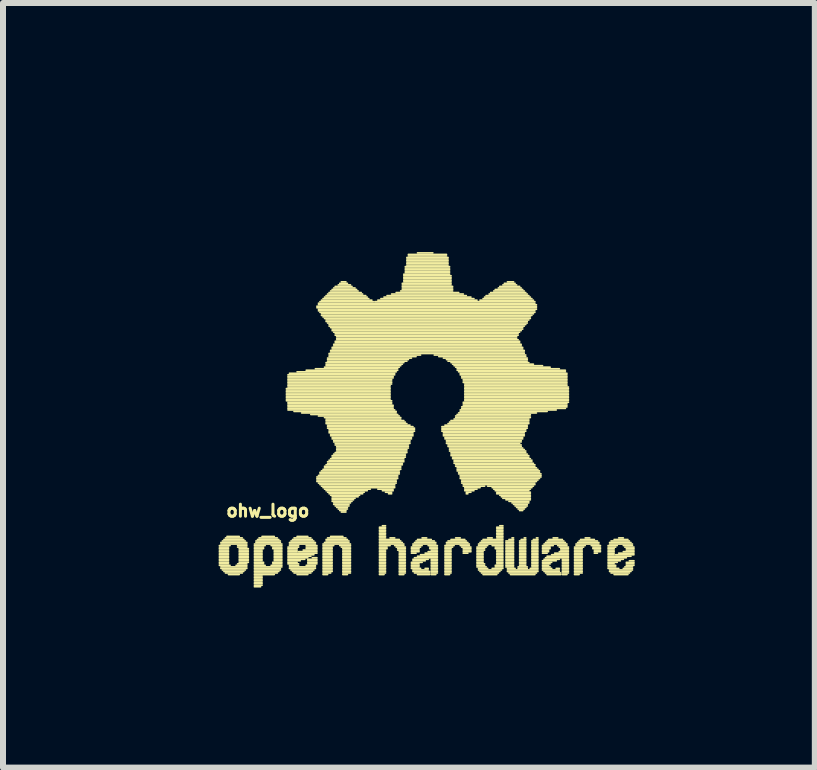
<source format=kicad_pcb>
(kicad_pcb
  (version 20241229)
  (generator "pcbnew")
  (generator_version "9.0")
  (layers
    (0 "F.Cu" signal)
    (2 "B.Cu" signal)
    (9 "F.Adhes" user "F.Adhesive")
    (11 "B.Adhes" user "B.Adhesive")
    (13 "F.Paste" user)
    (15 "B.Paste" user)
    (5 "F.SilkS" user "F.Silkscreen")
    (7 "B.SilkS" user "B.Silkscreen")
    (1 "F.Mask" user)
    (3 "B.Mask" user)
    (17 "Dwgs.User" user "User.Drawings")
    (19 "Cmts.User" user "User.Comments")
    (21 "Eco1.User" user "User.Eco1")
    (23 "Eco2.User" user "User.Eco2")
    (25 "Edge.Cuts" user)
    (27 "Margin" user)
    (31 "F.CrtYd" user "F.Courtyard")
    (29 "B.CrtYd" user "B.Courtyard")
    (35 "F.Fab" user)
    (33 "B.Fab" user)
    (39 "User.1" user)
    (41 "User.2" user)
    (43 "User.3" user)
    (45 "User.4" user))
  (footprint "ohw_logo"
    (layer "F.Cu")
    (at 0.25 0.25)
    (property "Reference" "ohw_logo" (at 1.163 5.212 0) (layer "F.SilkS") (effects (font (size 0.2 0.2) (thickness 0.05))))
    (attr through_hole)
    (fp_line (start 0.356 5.791) (end 0.533 5.791) (stroke (width 0.028) (type solid)) (layer "F.SilkS"))
    (fp_line (start 0.356 5.817) (end 0.508 5.817) (stroke (width 0.028) (type solid)) (layer "F.SilkS"))
    (fp_line (start 0.356 5.842) (end 0.508 5.842) (stroke (width 0.028) (type solid)) (layer "F.SilkS"))
    (fp_line (start 0.356 5.867) (end 0.508 5.867) (stroke (width 0.028) (type solid)) (layer "F.SilkS"))
    (fp_line (start 0.356 5.893) (end 0.508 5.893) (stroke (width 0.028) (type solid)) (layer "F.SilkS"))
    (fp_line (start 0.356 5.918) (end 0.508 5.918) (stroke (width 0.028) (type solid)) (layer "F.SilkS"))
    (fp_line (start 0.356 5.944) (end 0.508 5.944) (stroke (width 0.028) (type solid)) (layer "F.SilkS"))
    (fp_line (start 0.356 5.969) (end 0.508 5.969) (stroke (width 0.028) (type solid)) (layer "F.SilkS"))
    (fp_line (start 0.356 5.994) (end 0.508 5.994) (stroke (width 0.028) (type solid)) (layer "F.SilkS"))
    (fp_line (start 0.356 6.02) (end 0.508 6.02) (stroke (width 0.028) (type solid)) (layer "F.SilkS"))
    (fp_line (start 0.356 6.045) (end 0.508 6.045) (stroke (width 0.028) (type solid)) (layer "F.SilkS"))
    (fp_line (start 0.356 6.071) (end 0.508 6.071) (stroke (width 0.028) (type solid)) (layer "F.SilkS"))
    (fp_line (start 0.356 6.096) (end 0.508 6.096) (stroke (width 0.028) (type solid)) (layer "F.SilkS"))
    (fp_line (start 0.356 6.121) (end 0.533 6.121) (stroke (width 0.028) (type solid)) (layer "F.SilkS"))
    (fp_line (start 0.381 5.74) (end 0.813 5.74) (stroke (width 0.028) (type solid)) (layer "F.SilkS"))
    (fp_line (start 0.381 5.766) (end 0.813 5.766) (stroke (width 0.028) (type solid)) (layer "F.SilkS"))
    (fp_line (start 0.381 6.147) (end 0.813 6.147) (stroke (width 0.028) (type solid)) (layer "F.SilkS"))
    (fp_line (start 0.381 6.172) (end 0.813 6.172) (stroke (width 0.028) (type solid)) (layer "F.SilkS"))
    (fp_line (start 0.406 5.715) (end 0.787 5.715) (stroke (width 0.028) (type solid)) (layer "F.SilkS"))
    (fp_line (start 0.406 6.198) (end 0.787 6.198) (stroke (width 0.028) (type solid)) (layer "F.SilkS"))
    (fp_line (start 0.432 5.69) (end 0.762 5.69) (stroke (width 0.028) (type solid)) (layer "F.SilkS"))
    (fp_line (start 0.432 6.223) (end 0.762 6.223) (stroke (width 0.028) (type solid)) (layer "F.SilkS"))
    (fp_line (start 0.457 5.664) (end 0.737 5.664) (stroke (width 0.028) (type solid)) (layer "F.SilkS"))
    (fp_line (start 0.457 6.248) (end 0.737 6.248) (stroke (width 0.028) (type solid)) (layer "F.SilkS"))
    (fp_line (start 0.483 5.639) (end 0.686 5.639) (stroke (width 0.028) (type solid)) (layer "F.SilkS"))
    (fp_line (start 0.508 6.274) (end 0.686 6.274) (stroke (width 0.028) (type solid)) (layer "F.SilkS"))
    (fp_line (start 0.635 6.121) (end 0.813 6.121) (stroke (width 0.028) (type solid)) (layer "F.SilkS"))
    (fp_line (start 0.66 5.791) (end 0.813 5.791) (stroke (width 0.028) (type solid)) (layer "F.SilkS"))
    (fp_line (start 0.66 5.817) (end 0.813 5.817) (stroke (width 0.028) (type solid)) (layer "F.SilkS"))
    (fp_line (start 0.66 6.096) (end 0.813 6.096) (stroke (width 0.028) (type solid)) (layer "F.SilkS"))
    (fp_line (start 0.686 5.842) (end 0.838 5.842) (stroke (width 0.028) (type solid)) (layer "F.SilkS"))
    (fp_line (start 0.686 5.867) (end 0.838 5.867) (stroke (width 0.028) (type solid)) (layer "F.SilkS"))
    (fp_line (start 0.686 5.893) (end 0.838 5.893) (stroke (width 0.028) (type solid)) (layer "F.SilkS"))
    (fp_line (start 0.686 5.918) (end 0.838 5.918) (stroke (width 0.028) (type solid)) (layer "F.SilkS"))
    (fp_line (start 0.686 5.944) (end 0.838 5.944) (stroke (width 0.028) (type solid)) (layer "F.SilkS"))
    (fp_line (start 0.686 5.969) (end 0.838 5.969) (stroke (width 0.028) (type solid)) (layer "F.SilkS"))
    (fp_line (start 0.686 5.994) (end 0.838 5.994) (stroke (width 0.028) (type solid)) (layer "F.SilkS"))
    (fp_line (start 0.686 6.02) (end 0.838 6.02) (stroke (width 0.028) (type solid)) (layer "F.SilkS"))
    (fp_line (start 0.686 6.045) (end 0.838 6.045) (stroke (width 0.028) (type solid)) (layer "F.SilkS"))
    (fp_line (start 0.686 6.071) (end 0.838 6.071) (stroke (width 0.028) (type solid)) (layer "F.SilkS"))
    (fp_line (start 0.94 5.766) (end 1.397 5.766) (stroke (width 0.028) (type solid)) (layer "F.SilkS"))
    (fp_line (start 0.94 5.791) (end 1.118 5.791) (stroke (width 0.028) (type solid)) (layer "F.SilkS"))
    (fp_line (start 0.94 5.817) (end 1.092 5.817) (stroke (width 0.028) (type solid)) (layer "F.SilkS"))
    (fp_line (start 0.94 5.842) (end 1.092 5.842) (stroke (width 0.028) (type solid)) (layer "F.SilkS"))
    (fp_line (start 0.94 5.867) (end 1.067 5.867) (stroke (width 0.028) (type solid)) (layer "F.SilkS"))
    (fp_line (start 0.94 5.893) (end 1.067 5.893) (stroke (width 0.028) (type solid)) (layer "F.SilkS"))
    (fp_line (start 0.94 5.918) (end 1.067 5.918) (stroke (width 0.028) (type solid)) (layer "F.SilkS"))
    (fp_line (start 0.94 5.944) (end 1.067 5.944) (stroke (width 0.028) (type solid)) (layer "F.SilkS"))
    (fp_line (start 0.94 5.969) (end 1.067 5.969) (stroke (width 0.028) (type solid)) (layer "F.SilkS"))
    (fp_line (start 0.94 5.994) (end 1.067 5.994) (stroke (width 0.028) (type solid)) (layer "F.SilkS"))
    (fp_line (start 0.94 6.02) (end 1.067 6.02) (stroke (width 0.028) (type solid)) (layer "F.SilkS"))
    (fp_line (start 0.94 6.045) (end 1.067 6.045) (stroke (width 0.028) (type solid)) (layer "F.SilkS"))
    (fp_line (start 0.94 6.071) (end 1.092 6.071) (stroke (width 0.028) (type solid)) (layer "F.SilkS"))
    (fp_line (start 0.94 6.096) (end 1.092 6.096) (stroke (width 0.028) (type solid)) (layer "F.SilkS"))
    (fp_line (start 0.94 6.121) (end 1.118 6.121) (stroke (width 0.028) (type solid)) (layer "F.SilkS"))
    (fp_line (start 0.94 6.147) (end 1.397 6.147) (stroke (width 0.028) (type solid)) (layer "F.SilkS"))
    (fp_line (start 0.94 6.172) (end 1.372 6.172) (stroke (width 0.028) (type solid)) (layer "F.SilkS"))
    (fp_line (start 0.94 6.198) (end 1.372 6.198) (stroke (width 0.028) (type solid)) (layer "F.SilkS"))
    (fp_line (start 0.94 6.223) (end 1.346 6.223) (stroke (width 0.028) (type solid)) (layer "F.SilkS"))
    (fp_line (start 0.94 6.248) (end 1.321 6.248) (stroke (width 0.028) (type solid)) (layer "F.SilkS"))
    (fp_line (start 0.94 6.274) (end 1.27 6.274) (stroke (width 0.028) (type solid)) (layer "F.SilkS"))
    (fp_line (start 0.94 6.299) (end 1.067 6.299) (stroke (width 0.028) (type solid)) (layer "F.SilkS"))
    (fp_line (start 0.94 6.325) (end 1.067 6.325) (stroke (width 0.028) (type solid)) (layer "F.SilkS"))
    (fp_line (start 0.94 6.35) (end 1.067 6.35) (stroke (width 0.028) (type solid)) (layer "F.SilkS"))
    (fp_line (start 0.94 6.375) (end 1.067 6.375) (stroke (width 0.028) (type solid)) (layer "F.SilkS"))
    (fp_line (start 0.94 6.401) (end 1.067 6.401) (stroke (width 0.028) (type solid)) (layer "F.SilkS"))
    (fp_line (start 0.94 6.426) (end 1.067 6.426) (stroke (width 0.028) (type solid)) (layer "F.SilkS"))
    (fp_line (start 0.94 6.452) (end 1.067 6.452) (stroke (width 0.028) (type solid)) (layer "F.SilkS"))
    (fp_line (start 0.94 6.477) (end 1.041 6.477) (stroke (width 0.028) (type solid)) (layer "F.SilkS"))
    (fp_line (start 0.965 5.715) (end 1.372 5.715) (stroke (width 0.028) (type solid)) (layer "F.SilkS"))
    (fp_line (start 0.965 5.74) (end 1.372 5.74) (stroke (width 0.028) (type solid)) (layer "F.SilkS"))
    (fp_line (start 0.991 5.69) (end 1.346 5.69) (stroke (width 0.028) (type solid)) (layer "F.SilkS"))
    (fp_line (start 1.016 5.664) (end 1.321 5.664) (stroke (width 0.028) (type solid)) (layer "F.SilkS"))
    (fp_line (start 1.067 5.639) (end 1.27 5.639) (stroke (width 0.028) (type solid)) (layer "F.SilkS"))
    (fp_line (start 1.219 5.791) (end 1.397 5.791) (stroke (width 0.028) (type solid)) (layer "F.SilkS"))
    (fp_line (start 1.219 6.121) (end 1.397 6.121) (stroke (width 0.028) (type solid)) (layer "F.SilkS"))
    (fp_line (start 1.245 5.817) (end 1.397 5.817) (stroke (width 0.028) (type solid)) (layer "F.SilkS"))
    (fp_line (start 1.245 5.842) (end 1.397 5.842) (stroke (width 0.028) (type solid)) (layer "F.SilkS"))
    (fp_line (start 1.245 6.071) (end 1.397 6.071) (stroke (width 0.028) (type solid)) (layer "F.SilkS"))
    (fp_line (start 1.245 6.096) (end 1.397 6.096) (stroke (width 0.028) (type solid)) (layer "F.SilkS"))
    (fp_line (start 1.27 5.867) (end 1.397 5.867) (stroke (width 0.028) (type solid)) (layer "F.SilkS"))
    (fp_line (start 1.27 5.893) (end 1.397 5.893) (stroke (width 0.028) (type solid)) (layer "F.SilkS"))
    (fp_line (start 1.27 5.918) (end 1.397 5.918) (stroke (width 0.028) (type solid)) (layer "F.SilkS"))
    (fp_line (start 1.27 5.944) (end 1.397 5.944) (stroke (width 0.028) (type solid)) (layer "F.SilkS"))
    (fp_line (start 1.27 5.969) (end 1.397 5.969) (stroke (width 0.028) (type solid)) (layer "F.SilkS"))
    (fp_line (start 1.27 5.994) (end 1.397 5.994) (stroke (width 0.028) (type solid)) (layer "F.SilkS"))
    (fp_line (start 1.27 6.02) (end 1.397 6.02) (stroke (width 0.028) (type solid)) (layer "F.SilkS"))
    (fp_line (start 1.27 6.045) (end 1.397 6.045) (stroke (width 0.028) (type solid)) (layer "F.SilkS"))
    (fp_line (start 1.473 3.175) (end 3.2 3.175) (stroke (width 0.028) (type solid)) (layer "F.SilkS"))
    (fp_line (start 1.473 3.2) (end 3.2 3.2) (stroke (width 0.028) (type solid)) (layer "F.SilkS"))
    (fp_line (start 1.473 3.226) (end 3.2 3.226) (stroke (width 0.028) (type solid)) (layer "F.SilkS"))
    (fp_line (start 1.473 3.251) (end 3.2 3.251) (stroke (width 0.028) (type solid)) (layer "F.SilkS"))
    (fp_line (start 1.473 3.277) (end 3.2 3.277) (stroke (width 0.028) (type solid)) (layer "F.SilkS"))
    (fp_line (start 1.473 3.302) (end 3.2 3.302) (stroke (width 0.028) (type solid)) (layer "F.SilkS"))
    (fp_line (start 1.473 3.327) (end 3.2 3.327) (stroke (width 0.028) (type solid)) (layer "F.SilkS"))
    (fp_line (start 1.473 3.353) (end 3.2 3.353) (stroke (width 0.028) (type solid)) (layer "F.SilkS"))
    (fp_line (start 1.473 3.378) (end 3.226 3.378) (stroke (width 0.028) (type solid)) (layer "F.SilkS"))
    (fp_line (start 1.499 2.946) (end 3.277 2.946) (stroke (width 0.028) (type solid)) (layer "F.SilkS"))
    (fp_line (start 1.499 2.972) (end 3.251 2.972) (stroke (width 0.028) (type solid)) (layer "F.SilkS"))
    (fp_line (start 1.499 2.997) (end 3.251 2.997) (stroke (width 0.028) (type solid)) (layer "F.SilkS"))
    (fp_line (start 1.499 3.023) (end 3.226 3.023) (stroke (width 0.028) (type solid)) (layer "F.SilkS"))
    (fp_line (start 1.499 3.048) (end 3.226 3.048) (stroke (width 0.028) (type solid)) (layer "F.SilkS"))
    (fp_line (start 1.499 3.073) (end 3.226 3.073) (stroke (width 0.028) (type solid)) (layer "F.SilkS"))
    (fp_line (start 1.499 3.099) (end 3.226 3.099) (stroke (width 0.028) (type solid)) (layer "F.SilkS"))
    (fp_line (start 1.499 3.124) (end 3.2 3.124) (stroke (width 0.028) (type solid)) (layer "F.SilkS"))
    (fp_line (start 1.499 3.15) (end 3.2 3.15) (stroke (width 0.028) (type solid)) (layer "F.SilkS"))
    (fp_line (start 1.499 3.404) (end 3.226 3.404) (stroke (width 0.028) (type solid)) (layer "F.SilkS"))
    (fp_line (start 1.499 3.429) (end 3.226 3.429) (stroke (width 0.028) (type solid)) (layer "F.SilkS"))
    (fp_line (start 1.499 3.454) (end 3.251 3.454) (stroke (width 0.028) (type solid)) (layer "F.SilkS"))
    (fp_line (start 1.499 3.48) (end 3.251 3.48) (stroke (width 0.028) (type solid)) (layer "F.SilkS"))
    (fp_line (start 1.499 3.505) (end 3.251 3.505) (stroke (width 0.028) (type solid)) (layer "F.SilkS"))
    (fp_line (start 1.499 3.531) (end 3.277 3.531) (stroke (width 0.028) (type solid)) (layer "F.SilkS"))
    (fp_line (start 1.499 5.817) (end 1.676 5.817) (stroke (width 0.028) (type solid)) (layer "F.SilkS"))
    (fp_line (start 1.499 5.842) (end 1.651 5.842) (stroke (width 0.028) (type solid)) (layer "F.SilkS"))
    (fp_line (start 1.499 5.867) (end 1.651 5.867) (stroke (width 0.028) (type solid)) (layer "F.SilkS"))
    (fp_line (start 1.499 5.893) (end 1.651 5.893) (stroke (width 0.028) (type solid)) (layer "F.SilkS"))
    (fp_line (start 1.499 5.918) (end 1.981 5.918) (stroke (width 0.028) (type solid)) (layer "F.SilkS"))
    (fp_line (start 1.499 5.944) (end 1.93 5.944) (stroke (width 0.028) (type solid)) (layer "F.SilkS"))
    (fp_line (start 1.499 5.969) (end 1.88 5.969) (stroke (width 0.028) (type solid)) (layer "F.SilkS"))
    (fp_line (start 1.499 5.994) (end 1.829 5.994) (stroke (width 0.028) (type solid)) (layer "F.SilkS"))
    (fp_line (start 1.499 6.02) (end 1.778 6.02) (stroke (width 0.028) (type solid)) (layer "F.SilkS"))
    (fp_line (start 1.499 6.045) (end 1.702 6.045) (stroke (width 0.028) (type solid)) (layer "F.SilkS"))
    (fp_line (start 1.499 6.071) (end 1.651 6.071) (stroke (width 0.028) (type solid)) (layer "F.SilkS"))
    (fp_line (start 1.499 6.096) (end 1.676 6.096) (stroke (width 0.028) (type solid)) (layer "F.SilkS"))
    (fp_line (start 1.524 2.921) (end 3.277 2.921) (stroke (width 0.028) (type solid)) (layer "F.SilkS"))
    (fp_line (start 1.524 5.74) (end 1.956 5.74) (stroke (width 0.028) (type solid)) (layer "F.SilkS"))
    (fp_line (start 1.524 5.766) (end 1.956 5.766) (stroke (width 0.028) (type solid)) (layer "F.SilkS"))
    (fp_line (start 1.524 5.791) (end 1.676 5.791) (stroke (width 0.028) (type solid)) (layer "F.SilkS"))
    (fp_line (start 1.524 6.121) (end 1.676 6.121) (stroke (width 0.028) (type solid)) (layer "F.SilkS"))
    (fp_line (start 1.524 6.147) (end 1.956 6.147) (stroke (width 0.028) (type solid)) (layer "F.SilkS"))
    (fp_line (start 1.524 6.172) (end 1.956 6.172) (stroke (width 0.028) (type solid)) (layer "F.SilkS"))
    (fp_line (start 1.549 5.715) (end 1.93 5.715) (stroke (width 0.028) (type solid)) (layer "F.SilkS"))
    (fp_line (start 1.549 6.198) (end 1.93 6.198) (stroke (width 0.028) (type solid)) (layer "F.SilkS"))
    (fp_line (start 1.575 5.69) (end 1.905 5.69) (stroke (width 0.028) (type solid)) (layer "F.SilkS"))
    (fp_line (start 1.575 6.223) (end 1.905 6.223) (stroke (width 0.028) (type solid)) (layer "F.SilkS"))
    (fp_line (start 1.6 3.556) (end 3.302 3.556) (stroke (width 0.028) (type solid)) (layer "F.SilkS"))
    (fp_line (start 1.6 5.664) (end 1.88 5.664) (stroke (width 0.028) (type solid)) (layer "F.SilkS"))
    (fp_line (start 1.6 6.248) (end 1.88 6.248) (stroke (width 0.028) (type solid)) (layer "F.SilkS"))
    (fp_line (start 1.651 2.896) (end 3.302 2.896) (stroke (width 0.028) (type solid)) (layer "F.SilkS"))
    (fp_line (start 1.651 5.639) (end 1.829 5.639) (stroke (width 0.028) (type solid)) (layer "F.SilkS"))
    (fp_line (start 1.651 6.274) (end 1.829 6.274) (stroke (width 0.028) (type solid)) (layer "F.SilkS"))
    (fp_line (start 1.676 5.893) (end 1.981 5.893) (stroke (width 0.028) (type solid)) (layer "F.SilkS"))
    (fp_line (start 1.727 3.581) (end 3.302 3.581) (stroke (width 0.028) (type solid)) (layer "F.SilkS"))
    (fp_line (start 1.753 5.867) (end 1.981 5.867) (stroke (width 0.028) (type solid)) (layer "F.SilkS"))
    (fp_line (start 1.803 2.87) (end 3.327 2.87) (stroke (width 0.028) (type solid)) (layer "F.SilkS"))
    (fp_line (start 1.803 5.791) (end 1.981 5.791) (stroke (width 0.028) (type solid)) (layer "F.SilkS"))
    (fp_line (start 1.803 5.817) (end 1.981 5.817) (stroke (width 0.028) (type solid)) (layer "F.SilkS"))
    (fp_line (start 1.803 5.842) (end 1.981 5.842) (stroke (width 0.028) (type solid)) (layer "F.SilkS"))
    (fp_line (start 1.803 6.121) (end 1.956 6.121) (stroke (width 0.028) (type solid)) (layer "F.SilkS"))
    (fp_line (start 1.829 6.02) (end 1.981 6.02) (stroke (width 0.028) (type solid)) (layer "F.SilkS"))
    (fp_line (start 1.829 6.045) (end 1.981 6.045) (stroke (width 0.028) (type solid)) (layer "F.SilkS"))
    (fp_line (start 1.829 6.071) (end 1.981 6.071) (stroke (width 0.028) (type solid)) (layer "F.SilkS"))
    (fp_line (start 1.829 6.096) (end 1.981 6.096) (stroke (width 0.028) (type solid)) (layer "F.SilkS"))
    (fp_line (start 1.88 3.607) (end 3.327 3.607) (stroke (width 0.028) (type solid)) (layer "F.SilkS"))
    (fp_line (start 1.905 5.994) (end 1.981 5.994) (stroke (width 0.028) (type solid)) (layer "F.SilkS"))
    (fp_line (start 1.956 2.845) (end 3.327 2.845) (stroke (width 0.028) (type solid)) (layer "F.SilkS"))
    (fp_line (start 1.981 1.803) (end 5.639 1.803) (stroke (width 0.028) (type solid)) (layer "F.SilkS"))
    (fp_line (start 1.981 1.829) (end 5.639 1.829) (stroke (width 0.028) (type solid)) (layer "F.SilkS"))
    (fp_line (start 1.981 4.648) (end 3.327 4.648) (stroke (width 0.028) (type solid)) (layer "F.SilkS"))
    (fp_line (start 1.981 4.674) (end 3.327 4.674) (stroke (width 0.028) (type solid)) (layer "F.SilkS"))
    (fp_line (start 1.981 4.699) (end 3.302 4.699) (stroke (width 0.028) (type solid)) (layer "F.SilkS"))
    (fp_line (start 1.981 4.724) (end 3.302 4.724) (stroke (width 0.028) (type solid)) (layer "F.SilkS"))
    (fp_line (start 2.007 1.753) (end 5.613 1.753) (stroke (width 0.028) (type solid)) (layer "F.SilkS"))
    (fp_line (start 2.007 1.778) (end 5.639 1.778) (stroke (width 0.028) (type solid)) (layer "F.SilkS"))
    (fp_line (start 2.007 1.854) (end 5.639 1.854) (stroke (width 0.028) (type solid)) (layer "F.SilkS"))
    (fp_line (start 2.007 1.88) (end 5.613 1.88) (stroke (width 0.028) (type solid)) (layer "F.SilkS"))
    (fp_line (start 2.007 3.632) (end 3.353 3.632) (stroke (width 0.028) (type solid)) (layer "F.SilkS"))
    (fp_line (start 2.007 4.623) (end 3.327 4.623) (stroke (width 0.028) (type solid)) (layer "F.SilkS"))
    (fp_line (start 2.007 4.75) (end 3.302 4.75) (stroke (width 0.028) (type solid)) (layer "F.SilkS"))
    (fp_line (start 2.032 1.727) (end 2.921 1.727) (stroke (width 0.028) (type solid)) (layer "F.SilkS"))
    (fp_line (start 2.032 1.905) (end 5.613 1.905) (stroke (width 0.028) (type solid)) (layer "F.SilkS"))
    (fp_line (start 2.032 4.572) (end 3.353 4.572) (stroke (width 0.028) (type solid)) (layer "F.SilkS"))
    (fp_line (start 2.032 4.597) (end 3.353 4.597) (stroke (width 0.028) (type solid)) (layer "F.SilkS"))
    (fp_line (start 2.032 4.775) (end 3.277 4.775) (stroke (width 0.028) (type solid)) (layer "F.SilkS"))
    (fp_line (start 2.057 1.702) (end 2.896 1.702) (stroke (width 0.028) (type solid)) (layer "F.SilkS"))
    (fp_line (start 2.057 1.93) (end 5.588 1.93) (stroke (width 0.028) (type solid)) (layer "F.SilkS"))
    (fp_line (start 2.057 1.956) (end 5.563 1.956) (stroke (width 0.028) (type solid)) (layer "F.SilkS"))
    (fp_line (start 2.057 4.547) (end 3.353 4.547) (stroke (width 0.028) (type solid)) (layer "F.SilkS"))
    (fp_line (start 2.057 4.801) (end 3.277 4.801) (stroke (width 0.028) (type solid)) (layer "F.SilkS"))
    (fp_line (start 2.083 1.676) (end 2.845 1.676) (stroke (width 0.028) (type solid)) (layer "F.SilkS"))
    (fp_line (start 2.083 1.981) (end 5.537 1.981) (stroke (width 0.028) (type solid)) (layer "F.SilkS"))
    (fp_line (start 2.083 4.521) (end 3.378 4.521) (stroke (width 0.028) (type solid)) (layer "F.SilkS"))
    (fp_line (start 2.083 4.826) (end 3.277 4.826) (stroke (width 0.028) (type solid)) (layer "F.SilkS"))
    (fp_line (start 2.083 5.766) (end 2.54 5.766) (stroke (width 0.028) (type solid)) (layer "F.SilkS"))
    (fp_line (start 2.083 5.791) (end 2.261 5.791) (stroke (width 0.028) (type solid)) (layer "F.SilkS"))
    (fp_line (start 2.083 5.817) (end 2.235 5.817) (stroke (width 0.028) (type solid)) (layer "F.SilkS"))
    (fp_line (start 2.083 5.842) (end 2.235 5.842) (stroke (width 0.028) (type solid)) (layer "F.SilkS"))
    (fp_line (start 2.083 5.867) (end 2.235 5.867) (stroke (width 0.028) (type solid)) (layer "F.SilkS"))
    (fp_line (start 2.083 5.893) (end 2.235 5.893) (stroke (width 0.028) (type solid)) (layer "F.SilkS"))
    (fp_line (start 2.083 5.918) (end 2.235 5.918) (stroke (width 0.028) (type solid)) (layer "F.SilkS"))
    (fp_line (start 2.083 5.944) (end 2.235 5.944) (stroke (width 0.028) (type solid)) (layer "F.SilkS"))
    (fp_line (start 2.083 5.969) (end 2.235 5.969) (stroke (width 0.028) (type solid)) (layer "F.SilkS"))
    (fp_line (start 2.083 5.994) (end 2.235 5.994) (stroke (width 0.028) (type solid)) (layer "F.SilkS"))
    (fp_line (start 2.083 6.02) (end 2.235 6.02) (stroke (width 0.028) (type solid)) (layer "F.SilkS"))
    (fp_line (start 2.083 6.045) (end 2.235 6.045) (stroke (width 0.028) (type solid)) (layer "F.SilkS"))
    (fp_line (start 2.083 6.071) (end 2.235 6.071) (stroke (width 0.028) (type solid)) (layer "F.SilkS"))
    (fp_line (start 2.083 6.096) (end 2.235 6.096) (stroke (width 0.028) (type solid)) (layer "F.SilkS"))
    (fp_line (start 2.083 6.121) (end 2.235 6.121) (stroke (width 0.028) (type solid)) (layer "F.SilkS"))
    (fp_line (start 2.083 6.147) (end 2.235 6.147) (stroke (width 0.028) (type solid)) (layer "F.SilkS"))
    (fp_line (start 2.083 6.172) (end 2.235 6.172) (stroke (width 0.028) (type solid)) (layer "F.SilkS"))
    (fp_line (start 2.083 6.198) (end 2.235 6.198) (stroke (width 0.028) (type solid)) (layer "F.SilkS"))
    (fp_line (start 2.083 6.223) (end 2.235 6.223) (stroke (width 0.028) (type solid)) (layer "F.SilkS"))
    (fp_line (start 2.083 6.248) (end 2.21 6.248) (stroke (width 0.028) (type solid)) (layer "F.SilkS"))
    (fp_line (start 2.083 6.274) (end 2.159 6.274) (stroke (width 0.028) (type solid)) (layer "F.SilkS"))
    (fp_line (start 2.108 1.651) (end 2.819 1.651) (stroke (width 0.028) (type solid)) (layer "F.SilkS"))
    (fp_line (start 2.108 2.007) (end 5.537 2.007) (stroke (width 0.028) (type solid)) (layer "F.SilkS"))
    (fp_line (start 2.108 2.819) (end 3.353 2.819) (stroke (width 0.028) (type solid)) (layer "F.SilkS"))
    (fp_line (start 2.108 3.658) (end 3.378 3.658) (stroke (width 0.028) (type solid)) (layer "F.SilkS"))
    (fp_line (start 2.108 4.47) (end 3.378 4.47) (stroke (width 0.028) (type solid)) (layer "F.SilkS"))
    (fp_line (start 2.108 4.496) (end 3.378 4.496) (stroke (width 0.028) (type solid)) (layer "F.SilkS"))
    (fp_line (start 2.108 4.851) (end 2.87 4.851) (stroke (width 0.028) (type solid)) (layer "F.SilkS"))
    (fp_line (start 2.108 5.74) (end 2.515 5.74) (stroke (width 0.028) (type solid)) (layer "F.SilkS"))
    (fp_line (start 2.134 1.626) (end 2.794 1.626) (stroke (width 0.028) (type solid)) (layer "F.SilkS"))
    (fp_line (start 2.134 2.032) (end 5.512 2.032) (stroke (width 0.028) (type solid)) (layer "F.SilkS"))
    (fp_line (start 2.134 2.057) (end 5.486 2.057) (stroke (width 0.028) (type solid)) (layer "F.SilkS"))
    (fp_line (start 2.134 2.743) (end 3.429 2.743) (stroke (width 0.028) (type solid)) (layer "F.SilkS"))
    (fp_line (start 2.134 2.769) (end 3.404 2.769) (stroke (width 0.028) (type solid)) (layer "F.SilkS"))
    (fp_line (start 2.134 2.794) (end 3.378 2.794) (stroke (width 0.028) (type solid)) (layer "F.SilkS"))
    (fp_line (start 2.134 3.683) (end 3.378 3.683) (stroke (width 0.028) (type solid)) (layer "F.SilkS"))
    (fp_line (start 2.134 3.708) (end 3.429 3.708) (stroke (width 0.028) (type solid)) (layer "F.SilkS"))
    (fp_line (start 2.134 3.734) (end 3.454 3.734) (stroke (width 0.028) (type solid)) (layer "F.SilkS"))
    (fp_line (start 2.134 3.759) (end 3.48 3.759) (stroke (width 0.028) (type solid)) (layer "F.SilkS"))
    (fp_line (start 2.134 4.445) (end 3.404 4.445) (stroke (width 0.028) (type solid)) (layer "F.SilkS"))
    (fp_line (start 2.134 4.877) (end 2.819 4.877) (stroke (width 0.028) (type solid)) (layer "F.SilkS"))
    (fp_line (start 2.134 5.69) (end 2.489 5.69) (stroke (width 0.028) (type solid)) (layer "F.SilkS"))
    (fp_line (start 2.134 5.715) (end 2.515 5.715) (stroke (width 0.028) (type solid)) (layer "F.SilkS"))
    (fp_line (start 2.159 1.6) (end 2.743 1.6) (stroke (width 0.028) (type solid)) (layer "F.SilkS"))
    (fp_line (start 2.159 2.083) (end 5.486 2.083) (stroke (width 0.028) (type solid)) (layer "F.SilkS"))
    (fp_line (start 2.159 2.667) (end 3.556 2.667) (stroke (width 0.028) (type solid)) (layer "F.SilkS"))
    (fp_line (start 2.159 2.692) (end 3.505 2.692) (stroke (width 0.028) (type solid)) (layer "F.SilkS"))
    (fp_line (start 2.159 2.718) (end 3.48 2.718) (stroke (width 0.028) (type solid)) (layer "F.SilkS"))
    (fp_line (start 2.159 3.785) (end 3.531 3.785) (stroke (width 0.028) (type solid)) (layer "F.SilkS"))
    (fp_line (start 2.159 3.81) (end 3.581 3.81) (stroke (width 0.028) (type solid)) (layer "F.SilkS"))
    (fp_line (start 2.159 3.835) (end 3.607 3.835) (stroke (width 0.028) (type solid)) (layer "F.SilkS"))
    (fp_line (start 2.159 4.394) (end 3.429 4.394) (stroke (width 0.028) (type solid)) (layer "F.SilkS"))
    (fp_line (start 2.159 4.42) (end 3.404 4.42) (stroke (width 0.028) (type solid)) (layer "F.SilkS"))
    (fp_line (start 2.159 4.902) (end 2.769 4.902) (stroke (width 0.028) (type solid)) (layer "F.SilkS"))
    (fp_line (start 2.159 5.664) (end 2.464 5.664) (stroke (width 0.028) (type solid)) (layer "F.SilkS"))
    (fp_line (start 2.184 1.575) (end 2.718 1.575) (stroke (width 0.028) (type solid)) (layer "F.SilkS"))
    (fp_line (start 2.184 2.108) (end 5.461 2.108) (stroke (width 0.028) (type solid)) (layer "F.SilkS"))
    (fp_line (start 2.184 2.134) (end 5.436 2.134) (stroke (width 0.028) (type solid)) (layer "F.SilkS"))
    (fp_line (start 2.184 2.591) (end 5.436 2.591) (stroke (width 0.028) (type solid)) (layer "F.SilkS"))
    (fp_line (start 2.184 2.616) (end 3.708 2.616) (stroke (width 0.028) (type solid)) (layer "F.SilkS"))
    (fp_line (start 2.184 2.642) (end 3.632 2.642) (stroke (width 0.028) (type solid)) (layer "F.SilkS"))
    (fp_line (start 2.184 3.861) (end 3.607 3.861) (stroke (width 0.028) (type solid)) (layer "F.SilkS"))
    (fp_line (start 2.184 3.886) (end 3.607 3.886) (stroke (width 0.028) (type solid)) (layer "F.SilkS"))
    (fp_line (start 2.184 3.912) (end 3.581 3.912) (stroke (width 0.028) (type solid)) (layer "F.SilkS"))
    (fp_line (start 2.184 4.369) (end 3.429 4.369) (stroke (width 0.028) (type solid)) (layer "F.SilkS"))
    (fp_line (start 2.184 4.928) (end 2.743 4.928) (stroke (width 0.028) (type solid)) (layer "F.SilkS"))
    (fp_line (start 2.21 1.549) (end 2.667 1.549) (stroke (width 0.028) (type solid)) (layer "F.SilkS"))
    (fp_line (start 2.21 2.159) (end 5.41 2.159) (stroke (width 0.028) (type solid)) (layer "F.SilkS"))
    (fp_line (start 2.21 2.54) (end 5.436 2.54) (stroke (width 0.028) (type solid)) (layer "F.SilkS"))
    (fp_line (start 2.21 2.565) (end 5.436 2.565) (stroke (width 0.028) (type solid)) (layer "F.SilkS"))
    (fp_line (start 2.21 3.937) (end 3.581 3.937) (stroke (width 0.028) (type solid)) (layer "F.SilkS"))
    (fp_line (start 2.21 3.962) (end 3.581 3.962) (stroke (width 0.028) (type solid)) (layer "F.SilkS"))
    (fp_line (start 2.21 4.343) (end 3.429 4.343) (stroke (width 0.028) (type solid)) (layer "F.SilkS"))
    (fp_line (start 2.21 4.953) (end 2.692 4.953) (stroke (width 0.028) (type solid)) (layer "F.SilkS"))
    (fp_line (start 2.21 5.639) (end 2.413 5.639) (stroke (width 0.028) (type solid)) (layer "F.SilkS"))
    (fp_line (start 2.235 1.524) (end 2.642 1.524) (stroke (width 0.028) (type solid)) (layer "F.SilkS"))
    (fp_line (start 2.235 2.184) (end 5.41 2.184) (stroke (width 0.028) (type solid)) (layer "F.SilkS"))
    (fp_line (start 2.235 2.21) (end 5.385 2.21) (stroke (width 0.028) (type solid)) (layer "F.SilkS"))
    (fp_line (start 2.235 2.489) (end 5.41 2.489) (stroke (width 0.028) (type solid)) (layer "F.SilkS"))
    (fp_line (start 2.235 2.515) (end 5.41 2.515) (stroke (width 0.028) (type solid)) (layer "F.SilkS"))
    (fp_line (start 2.235 3.988) (end 3.556 3.988) (stroke (width 0.028) (type solid)) (layer "F.SilkS"))
    (fp_line (start 2.235 4.013) (end 3.556 4.013) (stroke (width 0.028) (type solid)) (layer "F.SilkS"))
    (fp_line (start 2.235 4.293) (end 3.454 4.293) (stroke (width 0.028) (type solid)) (layer "F.SilkS"))
    (fp_line (start 2.235 4.318) (end 3.454 4.318) (stroke (width 0.028) (type solid)) (layer "F.SilkS"))
    (fp_line (start 2.235 4.978) (end 2.667 4.978) (stroke (width 0.028) (type solid)) (layer "F.SilkS"))
    (fp_line (start 2.235 5.004) (end 2.616 5.004) (stroke (width 0.028) (type solid)) (layer "F.SilkS"))
    (fp_line (start 2.235 5.029) (end 2.591 5.029) (stroke (width 0.028) (type solid)) (layer "F.SilkS"))
    (fp_line (start 2.235 5.055) (end 2.565 5.055) (stroke (width 0.028) (type solid)) (layer "F.SilkS"))
    (fp_line (start 2.261 1.499) (end 2.616 1.499) (stroke (width 0.028) (type solid)) (layer "F.SilkS"))
    (fp_line (start 2.261 2.235) (end 5.359 2.235) (stroke (width 0.028) (type solid)) (layer "F.SilkS"))
    (fp_line (start 2.261 2.438) (end 5.385 2.438) (stroke (width 0.028) (type solid)) (layer "F.SilkS"))
    (fp_line (start 2.261 2.464) (end 5.385 2.464) (stroke (width 0.028) (type solid)) (layer "F.SilkS"))
    (fp_line (start 2.261 4.039) (end 3.531 4.039) (stroke (width 0.028) (type solid)) (layer "F.SilkS"))
    (fp_line (start 2.261 4.064) (end 3.531 4.064) (stroke (width 0.028) (type solid)) (layer "F.SilkS"))
    (fp_line (start 2.261 4.267) (end 3.454 4.267) (stroke (width 0.028) (type solid)) (layer "F.SilkS"))
    (fp_line (start 2.261 5.08) (end 2.54 5.08) (stroke (width 0.028) (type solid)) (layer "F.SilkS"))
    (fp_line (start 2.261 5.105) (end 2.515 5.105) (stroke (width 0.028) (type solid)) (layer "F.SilkS"))
    (fp_line (start 2.286 1.473) (end 2.565 1.473) (stroke (width 0.028) (type solid)) (layer "F.SilkS"))
    (fp_line (start 2.286 2.261) (end 5.334 2.261) (stroke (width 0.028) (type solid)) (layer "F.SilkS"))
    (fp_line (start 2.286 2.286) (end 5.334 2.286) (stroke (width 0.028) (type solid)) (layer "F.SilkS"))
    (fp_line (start 2.286 2.388) (end 5.359 2.388) (stroke (width 0.028) (type solid)) (layer "F.SilkS"))
    (fp_line (start 2.286 2.413) (end 5.359 2.413) (stroke (width 0.028) (type solid)) (layer "F.SilkS"))
    (fp_line (start 2.286 4.089) (end 3.531 4.089) (stroke (width 0.028) (type solid)) (layer "F.SilkS"))
    (fp_line (start 2.286 4.115) (end 3.505 4.115) (stroke (width 0.028) (type solid)) (layer "F.SilkS"))
    (fp_line (start 2.286 4.242) (end 3.48 4.242) (stroke (width 0.028) (type solid)) (layer "F.SilkS"))
    (fp_line (start 2.286 5.131) (end 2.515 5.131) (stroke (width 0.028) (type solid)) (layer "F.SilkS"))
    (fp_line (start 2.311 2.311) (end 5.309 2.311) (stroke (width 0.028) (type solid)) (layer "F.SilkS"))
    (fp_line (start 2.311 2.337) (end 5.309 2.337) (stroke (width 0.028) (type solid)) (layer "F.SilkS"))
    (fp_line (start 2.311 2.362) (end 5.334 2.362) (stroke (width 0.028) (type solid)) (layer "F.SilkS"))
    (fp_line (start 2.311 4.14) (end 3.505 4.14) (stroke (width 0.028) (type solid)) (layer "F.SilkS"))
    (fp_line (start 2.311 4.166) (end 3.505 4.166) (stroke (width 0.028) (type solid)) (layer "F.SilkS"))
    (fp_line (start 2.311 4.191) (end 3.48 4.191) (stroke (width 0.028) (type solid)) (layer "F.SilkS"))
    (fp_line (start 2.311 4.216) (end 3.48 4.216) (stroke (width 0.028) (type solid)) (layer "F.SilkS"))
    (fp_line (start 2.311 5.156) (end 2.489 5.156) (stroke (width 0.028) (type solid)) (layer "F.SilkS"))
    (fp_line (start 2.337 1.448) (end 2.54 1.448) (stroke (width 0.028) (type solid)) (layer "F.SilkS"))
    (fp_line (start 2.337 5.182) (end 2.489 5.182) (stroke (width 0.028) (type solid)) (layer "F.SilkS"))
    (fp_line (start 2.362 1.422) (end 2.489 1.422) (stroke (width 0.028) (type solid)) (layer "F.SilkS"))
    (fp_line (start 2.362 5.207) (end 2.464 5.207) (stroke (width 0.028) (type solid)) (layer "F.SilkS"))
    (fp_line (start 2.362 5.791) (end 2.54 5.791) (stroke (width 0.028) (type solid)) (layer "F.SilkS"))
    (fp_line (start 2.388 1.397) (end 2.464 1.397) (stroke (width 0.028) (type solid)) (layer "F.SilkS"))
    (fp_line (start 2.388 5.232) (end 2.464 5.232) (stroke (width 0.028) (type solid)) (layer "F.SilkS"))
    (fp_line (start 2.388 5.817) (end 2.54 5.817) (stroke (width 0.028) (type solid)) (layer "F.SilkS"))
    (fp_line (start 2.413 5.842) (end 2.54 5.842) (stroke (width 0.028) (type solid)) (layer "F.SilkS"))
    (fp_line (start 2.413 5.867) (end 2.54 5.867) (stroke (width 0.028) (type solid)) (layer "F.SilkS"))
    (fp_line (start 2.413 5.893) (end 2.54 5.893) (stroke (width 0.028) (type solid)) (layer "F.SilkS"))
    (fp_line (start 2.413 5.918) (end 2.54 5.918) (stroke (width 0.028) (type solid)) (layer "F.SilkS"))
    (fp_line (start 2.413 5.944) (end 2.54 5.944) (stroke (width 0.028) (type solid)) (layer "F.SilkS"))
    (fp_line (start 2.413 5.969) (end 2.54 5.969) (stroke (width 0.028) (type solid)) (layer "F.SilkS"))
    (fp_line (start 2.413 5.994) (end 2.54 5.994) (stroke (width 0.028) (type solid)) (layer "F.SilkS"))
    (fp_line (start 2.413 6.02) (end 2.54 6.02) (stroke (width 0.028) (type solid)) (layer "F.SilkS"))
    (fp_line (start 2.413 6.045) (end 2.54 6.045) (stroke (width 0.028) (type solid)) (layer "F.SilkS"))
    (fp_line (start 2.413 6.071) (end 2.54 6.071) (stroke (width 0.028) (type solid)) (layer "F.SilkS"))
    (fp_line (start 2.413 6.096) (end 2.54 6.096) (stroke (width 0.028) (type solid)) (layer "F.SilkS"))
    (fp_line (start 2.413 6.121) (end 2.54 6.121) (stroke (width 0.028) (type solid)) (layer "F.SilkS"))
    (fp_line (start 2.413 6.147) (end 2.54 6.147) (stroke (width 0.028) (type solid)) (layer "F.SilkS"))
    (fp_line (start 2.413 6.172) (end 2.54 6.172) (stroke (width 0.028) (type solid)) (layer "F.SilkS"))
    (fp_line (start 2.413 6.198) (end 2.54 6.198) (stroke (width 0.028) (type solid)) (layer "F.SilkS"))
    (fp_line (start 2.413 6.223) (end 2.54 6.223) (stroke (width 0.028) (type solid)) (layer "F.SilkS"))
    (fp_line (start 2.413 6.248) (end 2.54 6.248) (stroke (width 0.028) (type solid)) (layer "F.SilkS"))
    (fp_line (start 2.413 6.274) (end 2.489 6.274) (stroke (width 0.028) (type solid)) (layer "F.SilkS"))
    (fp_line (start 2.946 1.727) (end 5.613 1.727) (stroke (width 0.028) (type solid)) (layer "F.SilkS"))
    (fp_line (start 2.997 1.702) (end 4.648 1.702) (stroke (width 0.028) (type solid)) (layer "F.SilkS"))
    (fp_line (start 2.997 4.851) (end 3.251 4.851) (stroke (width 0.028) (type solid)) (layer "F.SilkS"))
    (fp_line (start 3.023 5.486) (end 3.124 5.486) (stroke (width 0.028) (type solid)) (layer "F.SilkS"))
    (fp_line (start 3.023 5.512) (end 3.124 5.512) (stroke (width 0.028) (type solid)) (layer "F.SilkS"))
    (fp_line (start 3.023 5.537) (end 3.124 5.537) (stroke (width 0.028) (type solid)) (layer "F.SilkS"))
    (fp_line (start 3.023 5.563) (end 3.124 5.563) (stroke (width 0.028) (type solid)) (layer "F.SilkS"))
    (fp_line (start 3.023 5.588) (end 3.124 5.588) (stroke (width 0.028) (type solid)) (layer "F.SilkS"))
    (fp_line (start 3.023 5.613) (end 3.124 5.613) (stroke (width 0.028) (type solid)) (layer "F.SilkS"))
    (fp_line (start 3.023 5.639) (end 3.124 5.639) (stroke (width 0.028) (type solid)) (layer "F.SilkS"))
    (fp_line (start 3.023 5.664) (end 3.124 5.664) (stroke (width 0.028) (type solid)) (layer "F.SilkS"))
    (fp_line (start 3.023 5.69) (end 3.353 5.69) (stroke (width 0.028) (type solid)) (layer "F.SilkS"))
    (fp_line (start 3.023 5.715) (end 3.378 5.715) (stroke (width 0.028) (type solid)) (layer "F.SilkS"))
    (fp_line (start 3.023 5.74) (end 3.404 5.74) (stroke (width 0.028) (type solid)) (layer "F.SilkS"))
    (fp_line (start 3.023 5.766) (end 3.429 5.766) (stroke (width 0.028) (type solid)) (layer "F.SilkS"))
    (fp_line (start 3.023 5.791) (end 3.2 5.791) (stroke (width 0.028) (type solid)) (layer "F.SilkS"))
    (fp_line (start 3.023 5.817) (end 3.15 5.817) (stroke (width 0.028) (type solid)) (layer "F.SilkS"))
    (fp_line (start 3.023 5.842) (end 3.15 5.842) (stroke (width 0.028) (type solid)) (layer "F.SilkS"))
    (fp_line (start 3.023 5.867) (end 3.124 5.867) (stroke (width 0.028) (type solid)) (layer "F.SilkS"))
    (fp_line (start 3.023 5.893) (end 3.124 5.893) (stroke (width 0.028) (type solid)) (layer "F.SilkS"))
    (fp_line (start 3.023 5.918) (end 3.124 5.918) (stroke (width 0.028) (type solid)) (layer "F.SilkS"))
    (fp_line (start 3.023 5.944) (end 3.124 5.944) (stroke (width 0.028) (type solid)) (layer "F.SilkS"))
    (fp_line (start 3.023 5.969) (end 3.124 5.969) (stroke (width 0.028) (type solid)) (layer "F.SilkS"))
    (fp_line (start 3.023 5.994) (end 3.124 5.994) (stroke (width 0.028) (type solid)) (layer "F.SilkS"))
    (fp_line (start 3.023 6.02) (end 3.124 6.02) (stroke (width 0.028) (type solid)) (layer "F.SilkS"))
    (fp_line (start 3.023 6.045) (end 3.124 6.045) (stroke (width 0.028) (type solid)) (layer "F.SilkS"))
    (fp_line (start 3.023 6.071) (end 3.124 6.071) (stroke (width 0.028) (type solid)) (layer "F.SilkS"))
    (fp_line (start 3.023 6.096) (end 3.124 6.096) (stroke (width 0.028) (type solid)) (layer "F.SilkS"))
    (fp_line (start 3.023 6.121) (end 3.124 6.121) (stroke (width 0.028) (type solid)) (layer "F.SilkS"))
    (fp_line (start 3.023 6.147) (end 3.124 6.147) (stroke (width 0.028) (type solid)) (layer "F.SilkS"))
    (fp_line (start 3.023 6.172) (end 3.124 6.172) (stroke (width 0.028) (type solid)) (layer "F.SilkS"))
    (fp_line (start 3.023 6.198) (end 3.124 6.198) (stroke (width 0.028) (type solid)) (layer "F.SilkS"))
    (fp_line (start 3.023 6.223) (end 3.124 6.223) (stroke (width 0.028) (type solid)) (layer "F.SilkS"))
    (fp_line (start 3.023 6.248) (end 3.124 6.248) (stroke (width 0.028) (type solid)) (layer "F.SilkS"))
    (fp_line (start 3.023 6.274) (end 3.099 6.274) (stroke (width 0.028) (type solid)) (layer "F.SilkS"))
    (fp_line (start 3.048 1.676) (end 4.597 1.676) (stroke (width 0.028) (type solid)) (layer "F.SilkS"))
    (fp_line (start 3.073 4.877) (end 3.251 4.877) (stroke (width 0.028) (type solid)) (layer "F.SilkS"))
    (fp_line (start 3.073 5.461) (end 3.124 5.461) (stroke (width 0.028) (type solid)) (layer "F.SilkS"))
    (fp_line (start 3.099 1.651) (end 4.547 1.651) (stroke (width 0.028) (type solid)) (layer "F.SilkS"))
    (fp_line (start 3.124 4.902) (end 3.226 4.902) (stroke (width 0.028) (type solid)) (layer "F.SilkS"))
    (fp_line (start 3.15 1.626) (end 4.47 1.626) (stroke (width 0.028) (type solid)) (layer "F.SilkS"))
    (fp_line (start 3.175 4.928) (end 3.226 4.928) (stroke (width 0.028) (type solid)) (layer "F.SilkS"))
    (fp_line (start 3.2 5.664) (end 3.277 5.664) (stroke (width 0.028) (type solid)) (layer "F.SilkS"))
    (fp_line (start 3.226 1.6) (end 4.42 1.6) (stroke (width 0.028) (type solid)) (layer "F.SilkS"))
    (fp_line (start 3.277 5.791) (end 3.429 5.791) (stroke (width 0.028) (type solid)) (layer "F.SilkS"))
    (fp_line (start 3.302 1.575) (end 4.343 1.575) (stroke (width 0.028) (type solid)) (layer "F.SilkS"))
    (fp_line (start 3.302 5.817) (end 3.454 5.817) (stroke (width 0.028) (type solid)) (layer "F.SilkS"))
    (fp_line (start 3.327 5.842) (end 3.454 5.842) (stroke (width 0.028) (type solid)) (layer "F.SilkS"))
    (fp_line (start 3.327 5.867) (end 3.454 5.867) (stroke (width 0.028) (type solid)) (layer "F.SilkS"))
    (fp_line (start 3.353 5.893) (end 3.454 5.893) (stroke (width 0.028) (type solid)) (layer "F.SilkS"))
    (fp_line (start 3.353 5.918) (end 3.454 5.918) (stroke (width 0.028) (type solid)) (layer "F.SilkS"))
    (fp_line (start 3.353 5.944) (end 3.454 5.944) (stroke (width 0.028) (type solid)) (layer "F.SilkS"))
    (fp_line (start 3.353 5.969) (end 3.454 5.969) (stroke (width 0.028) (type solid)) (layer "F.SilkS"))
    (fp_line (start 3.353 5.994) (end 3.454 5.994) (stroke (width 0.028) (type solid)) (layer "F.SilkS"))
    (fp_line (start 3.353 6.02) (end 3.454 6.02) (stroke (width 0.028) (type solid)) (layer "F.SilkS"))
    (fp_line (start 3.353 6.045) (end 3.454 6.045) (stroke (width 0.028) (type solid)) (layer "F.SilkS"))
    (fp_line (start 3.353 6.071) (end 3.454 6.071) (stroke (width 0.028) (type solid)) (layer "F.SilkS"))
    (fp_line (start 3.353 6.096) (end 3.454 6.096) (stroke (width 0.028) (type solid)) (layer "F.SilkS"))
    (fp_line (start 3.353 6.121) (end 3.454 6.121) (stroke (width 0.028) (type solid)) (layer "F.SilkS"))
    (fp_line (start 3.353 6.147) (end 3.454 6.147) (stroke (width 0.028) (type solid)) (layer "F.SilkS"))
    (fp_line (start 3.353 6.172) (end 3.454 6.172) (stroke (width 0.028) (type solid)) (layer "F.SilkS"))
    (fp_line (start 3.353 6.198) (end 3.454 6.198) (stroke (width 0.028) (type solid)) (layer "F.SilkS"))
    (fp_line (start 3.353 6.223) (end 3.454 6.223) (stroke (width 0.028) (type solid)) (layer "F.SilkS"))
    (fp_line (start 3.353 6.248) (end 3.454 6.248) (stroke (width 0.028) (type solid)) (layer "F.SilkS"))
    (fp_line (start 3.353 6.274) (end 3.429 6.274) (stroke (width 0.028) (type solid)) (layer "F.SilkS"))
    (fp_line (start 3.378 1.549) (end 4.242 1.549) (stroke (width 0.028) (type solid)) (layer "F.SilkS"))
    (fp_line (start 3.404 1.422) (end 4.216 1.422) (stroke (width 0.028) (type solid)) (layer "F.SilkS"))
    (fp_line (start 3.404 1.448) (end 4.216 1.448) (stroke (width 0.028) (type solid)) (layer "F.SilkS"))
    (fp_line (start 3.404 1.473) (end 4.242 1.473) (stroke (width 0.028) (type solid)) (layer "F.SilkS"))
    (fp_line (start 3.404 1.499) (end 4.242 1.499) (stroke (width 0.028) (type solid)) (layer "F.SilkS"))
    (fp_line (start 3.404 1.524) (end 4.242 1.524) (stroke (width 0.028) (type solid)) (layer "F.SilkS"))
    (fp_line (start 3.429 1.27) (end 4.191 1.27) (stroke (width 0.028) (type solid)) (layer "F.SilkS"))
    (fp_line (start 3.429 1.295) (end 4.216 1.295) (stroke (width 0.028) (type solid)) (layer "F.SilkS"))
    (fp_line (start 3.429 1.321) (end 4.216 1.321) (stroke (width 0.028) (type solid)) (layer "F.SilkS"))
    (fp_line (start 3.429 1.346) (end 4.216 1.346) (stroke (width 0.028) (type solid)) (layer "F.SilkS"))
    (fp_line (start 3.429 1.372) (end 4.216 1.372) (stroke (width 0.028) (type solid)) (layer "F.SilkS"))
    (fp_line (start 3.429 1.397) (end 4.216 1.397) (stroke (width 0.028) (type solid)) (layer "F.SilkS"))
    (fp_line (start 3.454 1.143) (end 4.191 1.143) (stroke (width 0.028) (type solid)) (layer "F.SilkS"))
    (fp_line (start 3.454 1.168) (end 4.191 1.168) (stroke (width 0.028) (type solid)) (layer "F.SilkS"))
    (fp_line (start 3.454 1.194) (end 4.191 1.194) (stroke (width 0.028) (type solid)) (layer "F.SilkS"))
    (fp_line (start 3.454 1.219) (end 4.191 1.219) (stroke (width 0.028) (type solid)) (layer "F.SilkS"))
    (fp_line (start 3.454 1.245) (end 4.191 1.245) (stroke (width 0.028) (type solid)) (layer "F.SilkS"))
    (fp_line (start 3.48 0.991) (end 4.166 0.991) (stroke (width 0.028) (type solid)) (layer "F.SilkS"))
    (fp_line (start 3.48 1.016) (end 4.166 1.016) (stroke (width 0.028) (type solid)) (layer "F.SilkS"))
    (fp_line (start 3.48 1.041) (end 4.166 1.041) (stroke (width 0.028) (type solid)) (layer "F.SilkS"))
    (fp_line (start 3.48 1.067) (end 4.166 1.067) (stroke (width 0.028) (type solid)) (layer "F.SilkS"))
    (fp_line (start 3.48 1.092) (end 4.166 1.092) (stroke (width 0.028) (type solid)) (layer "F.SilkS"))
    (fp_line (start 3.48 1.118) (end 4.166 1.118) (stroke (width 0.028) (type solid)) (layer "F.SilkS"))
    (fp_line (start 3.505 0.94) (end 4.14 0.94) (stroke (width 0.028) (type solid)) (layer "F.SilkS"))
    (fp_line (start 3.505 0.965) (end 4.14 0.965) (stroke (width 0.028) (type solid)) (layer "F.SilkS"))
    (fp_line (start 3.556 5.817) (end 3.708 5.817) (stroke (width 0.028) (type solid)) (layer "F.SilkS"))
    (fp_line (start 3.556 5.842) (end 3.683 5.842) (stroke (width 0.028) (type solid)) (layer "F.SilkS"))
    (fp_line (start 3.556 5.867) (end 3.683 5.867) (stroke (width 0.028) (type solid)) (layer "F.SilkS"))
    (fp_line (start 3.556 5.893) (end 3.683 5.893) (stroke (width 0.028) (type solid)) (layer "F.SilkS"))
    (fp_line (start 3.556 5.918) (end 3.632 5.918) (stroke (width 0.028) (type solid)) (layer "F.SilkS"))
    (fp_line (start 3.556 6.071) (end 3.734 6.071) (stroke (width 0.028) (type solid)) (layer "F.SilkS"))
    (fp_line (start 3.556 6.096) (end 3.683 6.096) (stroke (width 0.028) (type solid)) (layer "F.SilkS"))
    (fp_line (start 3.556 6.121) (end 3.683 6.121) (stroke (width 0.028) (type solid)) (layer "F.SilkS"))
    (fp_line (start 3.556 6.147) (end 3.683 6.147) (stroke (width 0.028) (type solid)) (layer "F.SilkS"))
    (fp_line (start 3.556 6.172) (end 3.708 6.172) (stroke (width 0.028) (type solid)) (layer "F.SilkS"))
    (fp_line (start 3.581 5.766) (end 3.962 5.766) (stroke (width 0.028) (type solid)) (layer "F.SilkS"))
    (fp_line (start 3.581 5.791) (end 3.734 5.791) (stroke (width 0.028) (type solid)) (layer "F.SilkS"))
    (fp_line (start 3.581 6.02) (end 3.835 6.02) (stroke (width 0.028) (type solid)) (layer "F.SilkS"))
    (fp_line (start 3.581 6.045) (end 3.785 6.045) (stroke (width 0.028) (type solid)) (layer "F.SilkS"))
    (fp_line (start 3.581 6.198) (end 3.835 6.198) (stroke (width 0.028) (type solid)) (layer "F.SilkS"))
    (fp_line (start 3.581 6.223) (end 3.861 6.223) (stroke (width 0.028) (type solid)) (layer "F.SilkS"))
    (fp_line (start 3.607 5.74) (end 3.962 5.74) (stroke (width 0.028) (type solid)) (layer "F.SilkS"))
    (fp_line (start 3.607 5.994) (end 3.988 5.994) (stroke (width 0.028) (type solid)) (layer "F.SilkS"))
    (fp_line (start 3.607 6.248) (end 3.861 6.248) (stroke (width 0.028) (type solid)) (layer "F.SilkS"))
    (fp_line (start 3.632 5.715) (end 3.937 5.715) (stroke (width 0.028) (type solid)) (layer "F.SilkS"))
    (fp_line (start 3.658 0.914) (end 3.912 0.914) (stroke (width 0.028) (type solid)) (layer "F.SilkS"))
    (fp_line (start 3.658 5.69) (end 3.886 5.69) (stroke (width 0.028) (type solid)) (layer "F.SilkS"))
    (fp_line (start 3.658 5.969) (end 3.988 5.969) (stroke (width 0.028) (type solid)) (layer "F.SilkS"))
    (fp_line (start 3.658 6.274) (end 3.861 6.274) (stroke (width 0.028) (type solid)) (layer "F.SilkS"))
    (fp_line (start 3.708 5.944) (end 3.988 5.944) (stroke (width 0.028) (type solid)) (layer "F.SilkS"))
    (fp_line (start 3.734 5.664) (end 3.81 5.664) (stroke (width 0.028) (type solid)) (layer "F.SilkS"))
    (fp_line (start 3.785 5.918) (end 3.988 5.918) (stroke (width 0.028) (type solid)) (layer "F.SilkS"))
    (fp_line (start 3.785 6.172) (end 3.835 6.172) (stroke (width 0.028) (type solid)) (layer "F.SilkS"))
    (fp_line (start 3.835 5.791) (end 3.988 5.791) (stroke (width 0.028) (type solid)) (layer "F.SilkS"))
    (fp_line (start 3.835 5.893) (end 3.988 5.893) (stroke (width 0.028) (type solid)) (layer "F.SilkS"))
    (fp_line (start 3.861 5.817) (end 3.988 5.817) (stroke (width 0.028) (type solid)) (layer "F.SilkS"))
    (fp_line (start 3.861 5.842) (end 3.988 5.842) (stroke (width 0.028) (type solid)) (layer "F.SilkS"))
    (fp_line (start 3.886 5.867) (end 3.988 5.867) (stroke (width 0.028) (type solid)) (layer "F.SilkS"))
    (fp_line (start 3.886 6.02) (end 3.988 6.02) (stroke (width 0.028) (type solid)) (layer "F.SilkS"))
    (fp_line (start 3.886 6.045) (end 3.988 6.045) (stroke (width 0.028) (type solid)) (layer "F.SilkS"))
    (fp_line (start 3.886 6.071) (end 3.988 6.071) (stroke (width 0.028) (type solid)) (layer "F.SilkS"))
    (fp_line (start 3.886 6.096) (end 3.988 6.096) (stroke (width 0.028) (type solid)) (layer "F.SilkS"))
    (fp_line (start 3.886 6.121) (end 3.988 6.121) (stroke (width 0.028) (type solid)) (layer "F.SilkS"))
    (fp_line (start 3.886 6.147) (end 3.988 6.147) (stroke (width 0.028) (type solid)) (layer "F.SilkS"))
    (fp_line (start 3.886 6.172) (end 3.988 6.172) (stroke (width 0.028) (type solid)) (layer "F.SilkS"))
    (fp_line (start 3.886 6.198) (end 3.988 6.198) (stroke (width 0.028) (type solid)) (layer "F.SilkS"))
    (fp_line (start 3.886 6.223) (end 3.988 6.223) (stroke (width 0.028) (type solid)) (layer "F.SilkS"))
    (fp_line (start 3.886 6.248) (end 3.988 6.248) (stroke (width 0.028) (type solid)) (layer "F.SilkS"))
    (fp_line (start 3.886 6.274) (end 3.962 6.274) (stroke (width 0.028) (type solid)) (layer "F.SilkS"))
    (fp_line (start 3.937 2.616) (end 5.461 2.616) (stroke (width 0.028) (type solid)) (layer "F.SilkS"))
    (fp_line (start 4.013 2.642) (end 5.461 2.642) (stroke (width 0.028) (type solid)) (layer "F.SilkS"))
    (fp_line (start 4.064 3.81) (end 5.486 3.81) (stroke (width 0.028) (type solid)) (layer "F.SilkS"))
    (fp_line (start 4.064 3.835) (end 5.486 3.835) (stroke (width 0.028) (type solid)) (layer "F.SilkS"))
    (fp_line (start 4.064 3.861) (end 5.461 3.861) (stroke (width 0.028) (type solid)) (layer "F.SilkS"))
    (fp_line (start 4.064 3.886) (end 5.461 3.886) (stroke (width 0.028) (type solid)) (layer "F.SilkS"))
    (fp_line (start 4.089 2.667) (end 5.486 2.667) (stroke (width 0.028) (type solid)) (layer "F.SilkS"))
    (fp_line (start 4.089 3.912) (end 5.436 3.912) (stroke (width 0.028) (type solid)) (layer "F.SilkS"))
    (fp_line (start 4.089 3.937) (end 5.436 3.937) (stroke (width 0.028) (type solid)) (layer "F.SilkS"))
    (fp_line (start 4.089 3.962) (end 5.436 3.962) (stroke (width 0.028) (type solid)) (layer "F.SilkS"))
    (fp_line (start 4.115 3.785) (end 5.486 3.785) (stroke (width 0.028) (type solid)) (layer "F.SilkS"))
    (fp_line (start 4.115 3.988) (end 5.41 3.988) (stroke (width 0.028) (type solid)) (layer "F.SilkS"))
    (fp_line (start 4.115 4.013) (end 5.41 4.013) (stroke (width 0.028) (type solid)) (layer "F.SilkS"))
    (fp_line (start 4.115 5.791) (end 4.267 5.791) (stroke (width 0.028) (type solid)) (layer "F.SilkS"))
    (fp_line (start 4.115 5.817) (end 4.242 5.817) (stroke (width 0.028) (type solid)) (layer "F.SilkS"))
    (fp_line (start 4.115 5.842) (end 4.216 5.842) (stroke (width 0.028) (type solid)) (layer "F.SilkS"))
    (fp_line (start 4.115 5.867) (end 4.216 5.867) (stroke (width 0.028) (type solid)) (layer "F.SilkS"))
    (fp_line (start 4.115 5.893) (end 4.216 5.893) (stroke (width 0.028) (type solid)) (layer "F.SilkS"))
    (fp_line (start 4.115 5.918) (end 4.216 5.918) (stroke (width 0.028) (type solid)) (layer "F.SilkS"))
    (fp_line (start 4.115 5.944) (end 4.216 5.944) (stroke (width 0.028) (type solid)) (layer "F.SilkS"))
    (fp_line (start 4.115 5.969) (end 4.216 5.969) (stroke (width 0.028) (type solid)) (layer "F.SilkS"))
    (fp_line (start 4.115 5.994) (end 4.216 5.994) (stroke (width 0.028) (type solid)) (layer "F.SilkS"))
    (fp_line (start 4.115 6.02) (end 4.216 6.02) (stroke (width 0.028) (type solid)) (layer "F.SilkS"))
    (fp_line (start 4.115 6.045) (end 4.216 6.045) (stroke (width 0.028) (type solid)) (layer "F.SilkS"))
    (fp_line (start 4.115 6.071) (end 4.216 6.071) (stroke (width 0.028) (type solid)) (layer "F.SilkS"))
    (fp_line (start 4.115 6.096) (end 4.216 6.096) (stroke (width 0.028) (type solid)) (layer "F.SilkS"))
    (fp_line (start 4.115 6.121) (end 4.216 6.121) (stroke (width 0.028) (type solid)) (layer "F.SilkS"))
    (fp_line (start 4.115 6.147) (end 4.216 6.147) (stroke (width 0.028) (type solid)) (layer "F.SilkS"))
    (fp_line (start 4.115 6.172) (end 4.216 6.172) (stroke (width 0.028) (type solid)) (layer "F.SilkS"))
    (fp_line (start 4.115 6.198) (end 4.216 6.198) (stroke (width 0.028) (type solid)) (layer "F.SilkS"))
    (fp_line (start 4.115 6.223) (end 4.216 6.223) (stroke (width 0.028) (type solid)) (layer "F.SilkS"))
    (fp_line (start 4.115 6.248) (end 4.216 6.248) (stroke (width 0.028) (type solid)) (layer "F.SilkS"))
    (fp_line (start 4.115 6.274) (end 4.191 6.274) (stroke (width 0.028) (type solid)) (layer "F.SilkS"))
    (fp_line (start 4.14 2.692) (end 5.486 2.692) (stroke (width 0.028) (type solid)) (layer "F.SilkS"))
    (fp_line (start 4.14 4.039) (end 5.385 4.039) (stroke (width 0.028) (type solid)) (layer "F.SilkS"))
    (fp_line (start 4.14 4.064) (end 5.385 4.064) (stroke (width 0.028) (type solid)) (layer "F.SilkS"))
    (fp_line (start 4.14 4.089) (end 5.359 4.089) (stroke (width 0.028) (type solid)) (layer "F.SilkS"))
    (fp_line (start 4.14 5.74) (end 4.496 5.74) (stroke (width 0.028) (type solid)) (layer "F.SilkS"))
    (fp_line (start 4.14 5.766) (end 4.521 5.766) (stroke (width 0.028) (type solid)) (layer "F.SilkS"))
    (fp_line (start 4.166 2.718) (end 5.486 2.718) (stroke (width 0.028) (type solid)) (layer "F.SilkS"))
    (fp_line (start 4.166 3.759) (end 5.512 3.759) (stroke (width 0.028) (type solid)) (layer "F.SilkS"))
    (fp_line (start 4.166 4.115) (end 5.385 4.115) (stroke (width 0.028) (type solid)) (layer "F.SilkS"))
    (fp_line (start 4.166 4.14) (end 5.385 4.14) (stroke (width 0.028) (type solid)) (layer "F.SilkS"))
    (fp_line (start 4.166 5.715) (end 4.47 5.715) (stroke (width 0.028) (type solid)) (layer "F.SilkS"))
    (fp_line (start 4.191 3.734) (end 5.512 3.734) (stroke (width 0.028) (type solid)) (layer "F.SilkS"))
    (fp_line (start 4.191 4.166) (end 5.41 4.166) (stroke (width 0.028) (type solid)) (layer "F.SilkS"))
    (fp_line (start 4.191 4.191) (end 5.436 4.191) (stroke (width 0.028) (type solid)) (layer "F.SilkS"))
    (fp_line (start 4.191 4.216) (end 5.461 4.216) (stroke (width 0.028) (type solid)) (layer "F.SilkS"))
    (fp_line (start 4.216 2.743) (end 5.512 2.743) (stroke (width 0.028) (type solid)) (layer "F.SilkS"))
    (fp_line (start 4.216 3.708) (end 5.512 3.708) (stroke (width 0.028) (type solid)) (layer "F.SilkS"))
    (fp_line (start 4.216 4.242) (end 5.461 4.242) (stroke (width 0.028) (type solid)) (layer "F.SilkS"))
    (fp_line (start 4.216 4.267) (end 5.486 4.267) (stroke (width 0.028) (type solid)) (layer "F.SilkS"))
    (fp_line (start 4.216 4.293) (end 5.512 4.293) (stroke (width 0.028) (type solid)) (layer "F.SilkS"))
    (fp_line (start 4.216 5.69) (end 4.445 5.69) (stroke (width 0.028) (type solid)) (layer "F.SilkS"))
    (fp_line (start 4.242 2.769) (end 5.588 2.769) (stroke (width 0.028) (type solid)) (layer "F.SilkS"))
    (fp_line (start 4.242 4.318) (end 5.512 4.318) (stroke (width 0.028) (type solid)) (layer "F.SilkS"))
    (fp_line (start 4.242 4.343) (end 5.537 4.343) (stroke (width 0.028) (type solid)) (layer "F.SilkS"))
    (fp_line (start 4.267 2.794) (end 5.74 2.794) (stroke (width 0.028) (type solid)) (layer "F.SilkS"))
    (fp_line (start 4.267 3.683) (end 5.512 3.683) (stroke (width 0.028) (type solid)) (layer "F.SilkS"))
    (fp_line (start 4.267 4.369) (end 5.563 4.369) (stroke (width 0.028) (type solid)) (layer "F.SilkS"))
    (fp_line (start 4.267 4.394) (end 5.563 4.394) (stroke (width 0.028) (type solid)) (layer "F.SilkS"))
    (fp_line (start 4.267 4.42) (end 5.588 4.42) (stroke (width 0.028) (type solid)) (layer "F.SilkS"))
    (fp_line (start 4.293 2.819) (end 5.867 2.819) (stroke (width 0.028) (type solid)) (layer "F.SilkS"))
    (fp_line (start 4.293 3.632) (end 5.537 3.632) (stroke (width 0.028) (type solid)) (layer "F.SilkS"))
    (fp_line (start 4.293 3.658) (end 5.537 3.658) (stroke (width 0.028) (type solid)) (layer "F.SilkS"))
    (fp_line (start 4.293 4.445) (end 5.613 4.445) (stroke (width 0.028) (type solid)) (layer "F.SilkS"))
    (fp_line (start 4.293 4.47) (end 5.613 4.47) (stroke (width 0.028) (type solid)) (layer "F.SilkS"))
    (fp_line (start 4.293 5.664) (end 4.369 5.664) (stroke (width 0.028) (type solid)) (layer "F.SilkS"))
    (fp_line (start 4.318 2.845) (end 6.02 2.845) (stroke (width 0.028) (type solid)) (layer "F.SilkS"))
    (fp_line (start 4.318 2.87) (end 6.121 2.87) (stroke (width 0.028) (type solid)) (layer "F.SilkS"))
    (fp_line (start 4.318 3.607) (end 5.537 3.607) (stroke (width 0.028) (type solid)) (layer "F.SilkS"))
    (fp_line (start 4.318 4.496) (end 5.639 4.496) (stroke (width 0.028) (type solid)) (layer "F.SilkS"))
    (fp_line (start 4.318 4.521) (end 5.664 4.521) (stroke (width 0.028) (type solid)) (layer "F.SilkS"))
    (fp_line (start 4.318 4.547) (end 5.69 4.547) (stroke (width 0.028) (type solid)) (layer "F.SilkS"))
    (fp_line (start 4.343 2.896) (end 6.121 2.896) (stroke (width 0.028) (type solid)) (layer "F.SilkS"))
    (fp_line (start 4.343 3.581) (end 5.639 3.581) (stroke (width 0.028) (type solid)) (layer "F.SilkS"))
    (fp_line (start 4.343 4.572) (end 5.69 4.572) (stroke (width 0.028) (type solid)) (layer "F.SilkS"))
    (fp_line (start 4.343 4.597) (end 5.715 4.597) (stroke (width 0.028) (type solid)) (layer "F.SilkS"))
    (fp_line (start 4.369 2.921) (end 6.147 2.921) (stroke (width 0.028) (type solid)) (layer "F.SilkS"))
    (fp_line (start 4.369 2.946) (end 6.147 2.946) (stroke (width 0.028) (type solid)) (layer "F.SilkS"))
    (fp_line (start 4.369 3.531) (end 5.969 3.531) (stroke (width 0.028) (type solid)) (layer "F.SilkS"))
    (fp_line (start 4.369 3.556) (end 5.817 3.556) (stroke (width 0.028) (type solid)) (layer "F.SilkS"))
    (fp_line (start 4.369 4.623) (end 5.715 4.623) (stroke (width 0.028) (type solid)) (layer "F.SilkS"))
    (fp_line (start 4.369 4.648) (end 5.715 4.648) (stroke (width 0.028) (type solid)) (layer "F.SilkS"))
    (fp_line (start 4.369 4.674) (end 5.69 4.674) (stroke (width 0.028) (type solid)) (layer "F.SilkS"))
    (fp_line (start 4.369 5.791) (end 4.521 5.791) (stroke (width 0.028) (type solid)) (layer "F.SilkS"))
    (fp_line (start 4.394 2.972) (end 6.147 2.972) (stroke (width 0.028) (type solid)) (layer "F.SilkS"))
    (fp_line (start 4.394 2.997) (end 6.147 2.997) (stroke (width 0.028) (type solid)) (layer "F.SilkS"))
    (fp_line (start 4.394 3.48) (end 6.147 3.48) (stroke (width 0.028) (type solid)) (layer "F.SilkS"))
    (fp_line (start 4.394 3.505) (end 6.121 3.505) (stroke (width 0.028) (type solid)) (layer "F.SilkS"))
    (fp_line (start 4.394 4.699) (end 5.664 4.699) (stroke (width 0.028) (type solid)) (layer "F.SilkS"))
    (fp_line (start 4.394 4.724) (end 5.639 4.724) (stroke (width 0.028) (type solid)) (layer "F.SilkS"))
    (fp_line (start 4.394 4.75) (end 5.613 4.75) (stroke (width 0.028) (type solid)) (layer "F.SilkS"))
    (fp_line (start 4.394 5.817) (end 4.547 5.817) (stroke (width 0.028) (type solid)) (layer "F.SilkS"))
    (fp_line (start 4.42 3.023) (end 6.147 3.023) (stroke (width 0.028) (type solid)) (layer "F.SilkS"))
    (fp_line (start 4.42 3.048) (end 6.147 3.048) (stroke (width 0.028) (type solid)) (layer "F.SilkS"))
    (fp_line (start 4.42 3.073) (end 6.147 3.073) (stroke (width 0.028) (type solid)) (layer "F.SilkS"))
    (fp_line (start 4.42 3.404) (end 6.172 3.404) (stroke (width 0.028) (type solid)) (layer "F.SilkS"))
    (fp_line (start 4.42 3.429) (end 6.147 3.429) (stroke (width 0.028) (type solid)) (layer "F.SilkS"))
    (fp_line (start 4.42 3.454) (end 6.147 3.454) (stroke (width 0.028) (type solid)) (layer "F.SilkS"))
    (fp_line (start 4.42 4.775) (end 5.613 4.775) (stroke (width 0.028) (type solid)) (layer "F.SilkS"))
    (fp_line (start 4.42 4.801) (end 4.775 4.801) (stroke (width 0.028) (type solid)) (layer "F.SilkS"))
    (fp_line (start 4.42 5.842) (end 4.547 5.842) (stroke (width 0.028) (type solid)) (layer "F.SilkS"))
    (fp_line (start 4.42 5.867) (end 4.547 5.867) (stroke (width 0.028) (type solid)) (layer "F.SilkS"))
    (fp_line (start 4.42 5.893) (end 4.547 5.893) (stroke (width 0.028) (type solid)) (layer "F.SilkS"))
    (fp_line (start 4.42 5.918) (end 4.496 5.918) (stroke (width 0.028) (type solid)) (layer "F.SilkS"))
    (fp_line (start 4.445 3.099) (end 6.147 3.099) (stroke (width 0.028) (type solid)) (layer "F.SilkS"))
    (fp_line (start 4.445 3.124) (end 6.147 3.124) (stroke (width 0.028) (type solid)) (layer "F.SilkS"))
    (fp_line (start 4.445 3.15) (end 6.172 3.15) (stroke (width 0.028) (type solid)) (layer "F.SilkS"))
    (fp_line (start 4.445 3.175) (end 6.172 3.175) (stroke (width 0.028) (type solid)) (layer "F.SilkS"))
    (fp_line (start 4.445 3.2) (end 6.172 3.2) (stroke (width 0.028) (type solid)) (layer "F.SilkS"))
    (fp_line (start 4.445 3.226) (end 6.172 3.226) (stroke (width 0.028) (type solid)) (layer "F.SilkS"))
    (fp_line (start 4.445 3.251) (end 6.172 3.251) (stroke (width 0.028) (type solid)) (layer "F.SilkS"))
    (fp_line (start 4.445 3.277) (end 6.172 3.277) (stroke (width 0.028) (type solid)) (layer "F.SilkS"))
    (fp_line (start 4.445 3.302) (end 6.172 3.302) (stroke (width 0.028) (type solid)) (layer "F.SilkS"))
    (fp_line (start 4.445 3.327) (end 6.172 3.327) (stroke (width 0.028) (type solid)) (layer "F.SilkS"))
    (fp_line (start 4.445 3.353) (end 6.172 3.353) (stroke (width 0.028) (type solid)) (layer "F.SilkS"))
    (fp_line (start 4.445 3.378) (end 6.172 3.378) (stroke (width 0.028) (type solid)) (layer "F.SilkS"))
    (fp_line (start 4.445 4.826) (end 4.699 4.826) (stroke (width 0.028) (type solid)) (layer "F.SilkS"))
    (fp_line (start 4.445 4.851) (end 4.648 4.851) (stroke (width 0.028) (type solid)) (layer "F.SilkS"))
    (fp_line (start 4.445 4.877) (end 4.597 4.877) (stroke (width 0.028) (type solid)) (layer "F.SilkS"))
    (fp_line (start 4.47 4.902) (end 4.547 4.902) (stroke (width 0.028) (type solid)) (layer "F.SilkS"))
    (fp_line (start 4.47 4.928) (end 4.496 4.928) (stroke (width 0.028) (type solid)) (layer "F.SilkS"))
    (fp_line (start 4.648 5.817) (end 4.801 5.817) (stroke (width 0.028) (type solid)) (layer "F.SilkS"))
    (fp_line (start 4.648 5.842) (end 4.775 5.842) (stroke (width 0.028) (type solid)) (layer "F.SilkS"))
    (fp_line (start 4.648 5.867) (end 4.775 5.867) (stroke (width 0.028) (type solid)) (layer "F.SilkS"))
    (fp_line (start 4.648 5.893) (end 4.75 5.893) (stroke (width 0.028) (type solid)) (layer "F.SilkS"))
    (fp_line (start 4.648 5.918) (end 4.75 5.918) (stroke (width 0.028) (type solid)) (layer "F.SilkS"))
    (fp_line (start 4.648 5.944) (end 4.75 5.944) (stroke (width 0.028) (type solid)) (layer "F.SilkS"))
    (fp_line (start 4.648 5.969) (end 4.75 5.969) (stroke (width 0.028) (type solid)) (layer "F.SilkS"))
    (fp_line (start 4.648 5.994) (end 4.75 5.994) (stroke (width 0.028) (type solid)) (layer "F.SilkS"))
    (fp_line (start 4.648 6.02) (end 4.75 6.02) (stroke (width 0.028) (type solid)) (layer "F.SilkS"))
    (fp_line (start 4.648 6.045) (end 4.75 6.045) (stroke (width 0.028) (type solid)) (layer "F.SilkS"))
    (fp_line (start 4.648 6.071) (end 4.75 6.071) (stroke (width 0.028) (type solid)) (layer "F.SilkS"))
    (fp_line (start 4.648 6.096) (end 4.775 6.096) (stroke (width 0.028) (type solid)) (layer "F.SilkS"))
    (fp_line (start 4.648 6.121) (end 4.775 6.121) (stroke (width 0.028) (type solid)) (layer "F.SilkS"))
    (fp_line (start 4.648 6.147) (end 4.801 6.147) (stroke (width 0.028) (type solid)) (layer "F.SilkS"))
    (fp_line (start 4.674 5.766) (end 5.08 5.766) (stroke (width 0.028) (type solid)) (layer "F.SilkS"))
    (fp_line (start 4.674 5.791) (end 4.826 5.791) (stroke (width 0.028) (type solid)) (layer "F.SilkS"))
    (fp_line (start 4.674 6.172) (end 4.826 6.172) (stroke (width 0.028) (type solid)) (layer "F.SilkS"))
    (fp_line (start 4.674 6.198) (end 5.055 6.198) (stroke (width 0.028) (type solid)) (layer "F.SilkS"))
    (fp_line (start 4.699 1.702) (end 5.588 1.702) (stroke (width 0.028) (type solid)) (layer "F.SilkS"))
    (fp_line (start 4.699 5.74) (end 5.08 5.74) (stroke (width 0.028) (type solid)) (layer "F.SilkS"))
    (fp_line (start 4.699 6.223) (end 5.029 6.223) (stroke (width 0.028) (type solid)) (layer "F.SilkS"))
    (fp_line (start 4.724 5.715) (end 5.08 5.715) (stroke (width 0.028) (type solid)) (layer "F.SilkS"))
    (fp_line (start 4.724 6.248) (end 5.004 6.248) (stroke (width 0.028) (type solid)) (layer "F.SilkS"))
    (fp_line (start 4.75 1.676) (end 5.563 1.676) (stroke (width 0.028) (type solid)) (layer "F.SilkS"))
    (fp_line (start 4.75 5.69) (end 5.08 5.69) (stroke (width 0.028) (type solid)) (layer "F.SilkS"))
    (fp_line (start 4.75 6.274) (end 4.978 6.274) (stroke (width 0.028) (type solid)) (layer "F.SilkS"))
    (fp_line (start 4.775 1.651) (end 5.537 1.651) (stroke (width 0.028) (type solid)) (layer "F.SilkS"))
    (fp_line (start 4.801 1.626) (end 5.512 1.626) (stroke (width 0.028) (type solid)) (layer "F.SilkS"))
    (fp_line (start 4.826 4.801) (end 5.588 4.801) (stroke (width 0.028) (type solid)) (layer "F.SilkS"))
    (fp_line (start 4.826 5.664) (end 4.902 5.664) (stroke (width 0.028) (type solid)) (layer "F.SilkS"))
    (fp_line (start 4.851 1.6) (end 5.486 1.6) (stroke (width 0.028) (type solid)) (layer "F.SilkS"))
    (fp_line (start 4.877 1.575) (end 5.461 1.575) (stroke (width 0.028) (type solid)) (layer "F.SilkS"))
    (fp_line (start 4.902 4.826) (end 5.563 4.826) (stroke (width 0.028) (type solid)) (layer "F.SilkS"))
    (fp_line (start 4.902 5.791) (end 5.08 5.791) (stroke (width 0.028) (type solid)) (layer "F.SilkS"))
    (fp_line (start 4.902 6.172) (end 5.08 6.172) (stroke (width 0.028) (type solid)) (layer "F.SilkS"))
    (fp_line (start 4.928 1.549) (end 5.436 1.549) (stroke (width 0.028) (type solid)) (layer "F.SilkS"))
    (fp_line (start 4.928 4.851) (end 5.537 4.851) (stroke (width 0.028) (type solid)) (layer "F.SilkS"))
    (fp_line (start 4.953 1.524) (end 5.41 1.524) (stroke (width 0.028) (type solid)) (layer "F.SilkS"))
    (fp_line (start 4.953 4.877) (end 5.512 4.877) (stroke (width 0.028) (type solid)) (layer "F.SilkS"))
    (fp_line (start 4.953 5.817) (end 5.08 5.817) (stroke (width 0.028) (type solid)) (layer "F.SilkS"))
    (fp_line (start 4.953 5.842) (end 5.08 5.842) (stroke (width 0.028) (type solid)) (layer "F.SilkS"))
    (fp_line (start 4.953 6.121) (end 5.08 6.121) (stroke (width 0.028) (type solid)) (layer "F.SilkS"))
    (fp_line (start 4.953 6.147) (end 5.08 6.147) (stroke (width 0.028) (type solid)) (layer "F.SilkS"))
    (fp_line (start 4.978 4.902) (end 5.537 4.902) (stroke (width 0.028) (type solid)) (layer "F.SilkS"))
    (fp_line (start 4.978 4.928) (end 5.537 4.928) (stroke (width 0.028) (type solid)) (layer "F.SilkS"))
    (fp_line (start 4.978 5.486) (end 5.08 5.486) (stroke (width 0.028) (type solid)) (layer "F.SilkS"))
    (fp_line (start 4.978 5.512) (end 5.08 5.512) (stroke (width 0.028) (type solid)) (layer "F.SilkS"))
    (fp_line (start 4.978 5.537) (end 5.08 5.537) (stroke (width 0.028) (type solid)) (layer "F.SilkS"))
    (fp_line (start 4.978 5.563) (end 5.08 5.563) (stroke (width 0.028) (type solid)) (layer "F.SilkS"))
    (fp_line (start 4.978 5.588) (end 5.08 5.588) (stroke (width 0.028) (type solid)) (layer "F.SilkS"))
    (fp_line (start 4.978 5.613) (end 5.08 5.613) (stroke (width 0.028) (type solid)) (layer "F.SilkS"))
    (fp_line (start 4.978 5.639) (end 5.08 5.639) (stroke (width 0.028) (type solid)) (layer "F.SilkS"))
    (fp_line (start 4.978 5.664) (end 5.08 5.664) (stroke (width 0.028) (type solid)) (layer "F.SilkS"))
    (fp_line (start 4.978 5.867) (end 5.08 5.867) (stroke (width 0.028) (type solid)) (layer "F.SilkS"))
    (fp_line (start 4.978 5.893) (end 5.08 5.893) (stroke (width 0.028) (type solid)) (layer "F.SilkS"))
    (fp_line (start 4.978 5.918) (end 5.08 5.918) (stroke (width 0.028) (type solid)) (layer "F.SilkS"))
    (fp_line (start 4.978 5.944) (end 5.08 5.944) (stroke (width 0.028) (type solid)) (layer "F.SilkS"))
    (fp_line (start 4.978 5.969) (end 5.08 5.969) (stroke (width 0.028) (type solid)) (layer "F.SilkS"))
    (fp_line (start 4.978 5.994) (end 5.08 5.994) (stroke (width 0.028) (type solid)) (layer "F.SilkS"))
    (fp_line (start 4.978 6.02) (end 5.08 6.02) (stroke (width 0.028) (type solid)) (layer "F.SilkS"))
    (fp_line (start 4.978 6.045) (end 5.08 6.045) (stroke (width 0.028) (type solid)) (layer "F.SilkS"))
    (fp_line (start 4.978 6.071) (end 5.08 6.071) (stroke (width 0.028) (type solid)) (layer "F.SilkS"))
    (fp_line (start 4.978 6.096) (end 5.08 6.096) (stroke (width 0.028) (type solid)) (layer "F.SilkS"))
    (fp_line (start 5.004 1.499) (end 5.385 1.499) (stroke (width 0.028) (type solid)) (layer "F.SilkS"))
    (fp_line (start 5.029 1.473) (end 5.359 1.473) (stroke (width 0.028) (type solid)) (layer "F.SilkS"))
    (fp_line (start 5.029 4.953) (end 5.537 4.953) (stroke (width 0.028) (type solid)) (layer "F.SilkS"))
    (fp_line (start 5.029 5.461) (end 5.08 5.461) (stroke (width 0.028) (type solid)) (layer "F.SilkS"))
    (fp_line (start 5.055 4.978) (end 5.537 4.978) (stroke (width 0.028) (type solid)) (layer "F.SilkS"))
    (fp_line (start 5.08 1.448) (end 5.309 1.448) (stroke (width 0.028) (type solid)) (layer "F.SilkS"))
    (fp_line (start 5.08 5.004) (end 5.537 5.004) (stroke (width 0.028) (type solid)) (layer "F.SilkS"))
    (fp_line (start 5.105 1.422) (end 5.283 1.422) (stroke (width 0.028) (type solid)) (layer "F.SilkS"))
    (fp_line (start 5.131 5.029) (end 5.537 5.029) (stroke (width 0.028) (type solid)) (layer "F.SilkS"))
    (fp_line (start 5.131 5.715) (end 5.258 5.715) (stroke (width 0.028) (type solid)) (layer "F.SilkS"))
    (fp_line (start 5.131 5.74) (end 5.258 5.74) (stroke (width 0.028) (type solid)) (layer "F.SilkS"))
    (fp_line (start 5.131 5.766) (end 5.258 5.766) (stroke (width 0.028) (type solid)) (layer "F.SilkS"))
    (fp_line (start 5.131 5.791) (end 5.258 5.791) (stroke (width 0.028) (type solid)) (layer "F.SilkS"))
    (fp_line (start 5.131 5.817) (end 5.258 5.817) (stroke (width 0.028) (type solid)) (layer "F.SilkS"))
    (fp_line (start 5.131 5.842) (end 5.258 5.842) (stroke (width 0.028) (type solid)) (layer "F.SilkS"))
    (fp_line (start 5.131 5.867) (end 5.258 5.867) (stroke (width 0.028) (type solid)) (layer "F.SilkS"))
    (fp_line (start 5.131 5.893) (end 5.258 5.893) (stroke (width 0.028) (type solid)) (layer "F.SilkS"))
    (fp_line (start 5.131 5.918) (end 5.258 5.918) (stroke (width 0.028) (type solid)) (layer "F.SilkS"))
    (fp_line (start 5.131 5.944) (end 5.258 5.944) (stroke (width 0.028) (type solid)) (layer "F.SilkS"))
    (fp_line (start 5.131 5.969) (end 5.258 5.969) (stroke (width 0.028) (type solid)) (layer "F.SilkS"))
    (fp_line (start 5.131 5.994) (end 5.258 5.994) (stroke (width 0.028) (type solid)) (layer "F.SilkS"))
    (fp_line (start 5.131 6.02) (end 5.258 6.02) (stroke (width 0.028) (type solid)) (layer "F.SilkS"))
    (fp_line (start 5.131 6.045) (end 5.258 6.045) (stroke (width 0.028) (type solid)) (layer "F.SilkS"))
    (fp_line (start 5.131 6.071) (end 5.258 6.071) (stroke (width 0.028) (type solid)) (layer "F.SilkS"))
    (fp_line (start 5.131 6.096) (end 5.258 6.096) (stroke (width 0.028) (type solid)) (layer "F.SilkS"))
    (fp_line (start 5.131 6.121) (end 5.258 6.121) (stroke (width 0.028) (type solid)) (layer "F.SilkS"))
    (fp_line (start 5.131 6.147) (end 5.258 6.147) (stroke (width 0.028) (type solid)) (layer "F.SilkS"))
    (fp_line (start 5.156 1.397) (end 5.258 1.397) (stroke (width 0.028) (type solid)) (layer "F.SilkS"))
    (fp_line (start 5.156 6.172) (end 5.283 6.172) (stroke (width 0.028) (type solid)) (layer "F.SilkS"))
    (fp_line (start 5.156 6.198) (end 5.664 6.198) (stroke (width 0.028) (type solid)) (layer "F.SilkS"))
    (fp_line (start 5.156 6.223) (end 5.664 6.223) (stroke (width 0.028) (type solid)) (layer "F.SilkS"))
    (fp_line (start 5.182 5.055) (end 5.512 5.055) (stroke (width 0.028) (type solid)) (layer "F.SilkS"))
    (fp_line (start 5.182 5.69) (end 5.258 5.69) (stroke (width 0.028) (type solid)) (layer "F.SilkS"))
    (fp_line (start 5.182 6.248) (end 5.639 6.248) (stroke (width 0.028) (type solid)) (layer "F.SilkS"))
    (fp_line (start 5.207 6.274) (end 5.613 6.274) (stroke (width 0.028) (type solid)) (layer "F.SilkS"))
    (fp_line (start 5.232 5.08) (end 5.512 5.08) (stroke (width 0.028) (type solid)) (layer "F.SilkS"))
    (fp_line (start 5.232 5.664) (end 5.258 5.664) (stroke (width 0.028) (type solid)) (layer "F.SilkS"))
    (fp_line (start 5.258 5.105) (end 5.486 5.105) (stroke (width 0.028) (type solid)) (layer "F.SilkS"))
    (fp_line (start 5.283 5.131) (end 5.486 5.131) (stroke (width 0.028) (type solid)) (layer "F.SilkS"))
    (fp_line (start 5.309 5.156) (end 5.461 5.156) (stroke (width 0.028) (type solid)) (layer "F.SilkS"))
    (fp_line (start 5.334 5.182) (end 5.436 5.182) (stroke (width 0.028) (type solid)) (layer "F.SilkS"))
    (fp_line (start 5.334 6.147) (end 5.486 6.147) (stroke (width 0.028) (type solid)) (layer "F.SilkS"))
    (fp_line (start 5.334 6.172) (end 5.486 6.172) (stroke (width 0.028) (type solid)) (layer "F.SilkS"))
    (fp_line (start 5.359 5.207) (end 5.41 5.207) (stroke (width 0.028) (type solid)) (layer "F.SilkS"))
    (fp_line (start 5.359 5.715) (end 5.461 5.715) (stroke (width 0.028) (type solid)) (layer "F.SilkS"))
    (fp_line (start 5.359 5.74) (end 5.461 5.74) (stroke (width 0.028) (type solid)) (layer "F.SilkS"))
    (fp_line (start 5.359 5.766) (end 5.461 5.766) (stroke (width 0.028) (type solid)) (layer "F.SilkS"))
    (fp_line (start 5.359 5.791) (end 5.461 5.791) (stroke (width 0.028) (type solid)) (layer "F.SilkS"))
    (fp_line (start 5.359 5.817) (end 5.461 5.817) (stroke (width 0.028) (type solid)) (layer "F.SilkS"))
    (fp_line (start 5.359 5.842) (end 5.461 5.842) (stroke (width 0.028) (type solid)) (layer "F.SilkS"))
    (fp_line (start 5.359 5.867) (end 5.461 5.867) (stroke (width 0.028) (type solid)) (layer "F.SilkS"))
    (fp_line (start 5.359 5.893) (end 5.461 5.893) (stroke (width 0.028) (type solid)) (layer "F.SilkS"))
    (fp_line (start 5.359 5.918) (end 5.461 5.918) (stroke (width 0.028) (type solid)) (layer "F.SilkS"))
    (fp_line (start 5.359 5.944) (end 5.461 5.944) (stroke (width 0.028) (type solid)) (layer "F.SilkS"))
    (fp_line (start 5.359 5.969) (end 5.461 5.969) (stroke (width 0.028) (type solid)) (layer "F.SilkS"))
    (fp_line (start 5.359 5.994) (end 5.461 5.994) (stroke (width 0.028) (type solid)) (layer "F.SilkS"))
    (fp_line (start 5.359 6.02) (end 5.461 6.02) (stroke (width 0.028) (type solid)) (layer "F.SilkS"))
    (fp_line (start 5.359 6.045) (end 5.461 6.045) (stroke (width 0.028) (type solid)) (layer "F.SilkS"))
    (fp_line (start 5.359 6.071) (end 5.461 6.071) (stroke (width 0.028) (type solid)) (layer "F.SilkS"))
    (fp_line (start 5.359 6.096) (end 5.461 6.096) (stroke (width 0.028) (type solid)) (layer "F.SilkS"))
    (fp_line (start 5.359 6.121) (end 5.461 6.121) (stroke (width 0.028) (type solid)) (layer "F.SilkS"))
    (fp_line (start 5.385 5.69) (end 5.461 5.69) (stroke (width 0.028) (type solid)) (layer "F.SilkS"))
    (fp_line (start 5.436 5.664) (end 5.461 5.664) (stroke (width 0.028) (type solid)) (layer "F.SilkS"))
    (fp_line (start 5.537 6.172) (end 5.664 6.172) (stroke (width 0.028) (type solid)) (layer "F.SilkS"))
    (fp_line (start 5.563 5.715) (end 5.664 5.715) (stroke (width 0.028) (type solid)) (layer "F.SilkS"))
    (fp_line (start 5.563 5.74) (end 5.664 5.74) (stroke (width 0.028) (type solid)) (layer "F.SilkS"))
    (fp_line (start 5.563 5.766) (end 5.664 5.766) (stroke (width 0.028) (type solid)) (layer "F.SilkS"))
    (fp_line (start 5.563 5.791) (end 5.664 5.791) (stroke (width 0.028) (type solid)) (layer "F.SilkS"))
    (fp_line (start 5.563 5.817) (end 5.664 5.817) (stroke (width 0.028) (type solid)) (layer "F.SilkS"))
    (fp_line (start 5.563 5.842) (end 5.664 5.842) (stroke (width 0.028) (type solid)) (layer "F.SilkS"))
    (fp_line (start 5.563 5.867) (end 5.664 5.867) (stroke (width 0.028) (type solid)) (layer "F.SilkS"))
    (fp_line (start 5.563 5.893) (end 5.664 5.893) (stroke (width 0.028) (type solid)) (layer "F.SilkS"))
    (fp_line (start 5.563 5.918) (end 5.664 5.918) (stroke (width 0.028) (type solid)) (layer "F.SilkS"))
    (fp_line (start 5.563 5.944) (end 5.664 5.944) (stroke (width 0.028) (type solid)) (layer "F.SilkS"))
    (fp_line (start 5.563 5.969) (end 5.664 5.969) (stroke (width 0.028) (type solid)) (layer "F.SilkS"))
    (fp_line (start 5.563 5.994) (end 5.664 5.994) (stroke (width 0.028) (type solid)) (layer "F.SilkS"))
    (fp_line (start 5.563 6.02) (end 5.664 6.02) (stroke (width 0.028) (type solid)) (layer "F.SilkS"))
    (fp_line (start 5.563 6.045) (end 5.664 6.045) (stroke (width 0.028) (type solid)) (layer "F.SilkS"))
    (fp_line (start 5.563 6.071) (end 5.664 6.071) (stroke (width 0.028) (type solid)) (layer "F.SilkS"))
    (fp_line (start 5.563 6.096) (end 5.664 6.096) (stroke (width 0.028) (type solid)) (layer "F.SilkS"))
    (fp_line (start 5.563 6.121) (end 5.664 6.121) (stroke (width 0.028) (type solid)) (layer "F.SilkS"))
    (fp_line (start 5.563 6.147) (end 5.664 6.147) (stroke (width 0.028) (type solid)) (layer "F.SilkS"))
    (fp_line (start 5.588 5.69) (end 5.664 5.69) (stroke (width 0.028) (type solid)) (layer "F.SilkS"))
    (fp_line (start 5.639 5.664) (end 5.664 5.664) (stroke (width 0.028) (type solid)) (layer "F.SilkS"))
    (fp_line (start 5.74 5.791) (end 5.918 5.791) (stroke (width 0.028) (type solid)) (layer "F.SilkS"))
    (fp_line (start 5.74 5.817) (end 5.867 5.817) (stroke (width 0.028) (type solid)) (layer "F.SilkS"))
    (fp_line (start 5.74 5.842) (end 5.867 5.842) (stroke (width 0.028) (type solid)) (layer "F.SilkS"))
    (fp_line (start 5.74 5.867) (end 5.842 5.867) (stroke (width 0.028) (type solid)) (layer "F.SilkS"))
    (fp_line (start 5.74 5.893) (end 5.842 5.893) (stroke (width 0.028) (type solid)) (layer "F.SilkS"))
    (fp_line (start 5.74 5.918) (end 5.817 5.918) (stroke (width 0.028) (type solid)) (layer "F.SilkS"))
    (fp_line (start 5.74 6.045) (end 5.969 6.045) (stroke (width 0.028) (type solid)) (layer "F.SilkS"))
    (fp_line (start 5.74 6.071) (end 5.893 6.071) (stroke (width 0.028) (type solid)) (layer "F.SilkS"))
    (fp_line (start 5.74 6.096) (end 5.867 6.096) (stroke (width 0.028) (type solid)) (layer "F.SilkS"))
    (fp_line (start 5.74 6.121) (end 5.842 6.121) (stroke (width 0.028) (type solid)) (layer "F.SilkS"))
    (fp_line (start 5.74 6.147) (end 5.867 6.147) (stroke (width 0.028) (type solid)) (layer "F.SilkS"))
    (fp_line (start 5.74 6.172) (end 5.893 6.172) (stroke (width 0.028) (type solid)) (layer "F.SilkS"))
    (fp_line (start 5.74 6.198) (end 6.02 6.198) (stroke (width 0.028) (type solid)) (layer "F.SilkS"))
    (fp_line (start 5.766 5.766) (end 6.147 5.766) (stroke (width 0.028) (type solid)) (layer "F.SilkS"))
    (fp_line (start 5.766 6.02) (end 6.02 6.02) (stroke (width 0.028) (type solid)) (layer "F.SilkS"))
    (fp_line (start 5.766 6.223) (end 6.02 6.223) (stroke (width 0.028) (type solid)) (layer "F.SilkS"))
    (fp_line (start 5.791 5.74) (end 6.121 5.74) (stroke (width 0.028) (type solid)) (layer "F.SilkS"))
    (fp_line (start 5.791 5.994) (end 6.172 5.994) (stroke (width 0.028) (type solid)) (layer "F.SilkS"))
    (fp_line (start 5.791 6.248) (end 6.045 6.248) (stroke (width 0.028) (type solid)) (layer "F.SilkS"))
    (fp_line (start 5.817 5.715) (end 6.096 5.715) (stroke (width 0.028) (type solid)) (layer "F.SilkS"))
    (fp_line (start 5.817 5.969) (end 6.172 5.969) (stroke (width 0.028) (type solid)) (layer "F.SilkS"))
    (fp_line (start 5.817 6.274) (end 6.045 6.274) (stroke (width 0.028) (type solid)) (layer "F.SilkS"))
    (fp_line (start 5.842 5.69) (end 6.071 5.69) (stroke (width 0.028) (type solid)) (layer "F.SilkS"))
    (fp_line (start 5.893 5.944) (end 6.172 5.944) (stroke (width 0.028) (type solid)) (layer "F.SilkS"))
    (fp_line (start 5.918 5.664) (end 5.994 5.664) (stroke (width 0.028) (type solid)) (layer "F.SilkS"))
    (fp_line (start 5.944 5.918) (end 6.172 5.918) (stroke (width 0.028) (type solid)) (layer "F.SilkS"))
    (fp_line (start 5.969 6.172) (end 6.02 6.172) (stroke (width 0.028) (type solid)) (layer "F.SilkS"))
    (fp_line (start 5.994 5.791) (end 6.147 5.791) (stroke (width 0.028) (type solid)) (layer "F.SilkS"))
    (fp_line (start 6.02 5.817) (end 6.172 5.817) (stroke (width 0.028) (type solid)) (layer "F.SilkS"))
    (fp_line (start 6.02 5.893) (end 6.172 5.893) (stroke (width 0.028) (type solid)) (layer "F.SilkS"))
    (fp_line (start 6.045 5.842) (end 6.172 5.842) (stroke (width 0.028) (type solid)) (layer "F.SilkS"))
    (fp_line (start 6.045 5.867) (end 6.172 5.867) (stroke (width 0.028) (type solid)) (layer "F.SilkS"))
    (fp_line (start 6.071 6.02) (end 6.172 6.02) (stroke (width 0.028) (type solid)) (layer "F.SilkS"))
    (fp_line (start 6.071 6.045) (end 6.172 6.045) (stroke (width 0.028) (type solid)) (layer "F.SilkS"))
    (fp_line (start 6.071 6.071) (end 6.172 6.071) (stroke (width 0.028) (type solid)) (layer "F.SilkS"))
    (fp_line (start 6.071 6.096) (end 6.172 6.096) (stroke (width 0.028) (type solid)) (layer "F.SilkS"))
    (fp_line (start 6.071 6.121) (end 6.172 6.121) (stroke (width 0.028) (type solid)) (layer "F.SilkS"))
    (fp_line (start 6.071 6.147) (end 6.172 6.147) (stroke (width 0.028) (type solid)) (layer "F.SilkS"))
    (fp_line (start 6.071 6.172) (end 6.172 6.172) (stroke (width 0.028) (type solid)) (layer "F.SilkS"))
    (fp_line (start 6.071 6.198) (end 6.172 6.198) (stroke (width 0.028) (type solid)) (layer "F.SilkS"))
    (fp_line (start 6.071 6.223) (end 6.172 6.223) (stroke (width 0.028) (type solid)) (layer "F.SilkS"))
    (fp_line (start 6.071 6.248) (end 6.172 6.248) (stroke (width 0.028) (type solid)) (layer "F.SilkS"))
    (fp_line (start 6.071 6.274) (end 6.147 6.274) (stroke (width 0.028) (type solid)) (layer "F.SilkS"))
    (fp_line (start 6.274 5.817) (end 6.426 5.817) (stroke (width 0.028) (type solid)) (layer "F.SilkS"))
    (fp_line (start 6.274 5.842) (end 6.401 5.842) (stroke (width 0.028) (type solid)) (layer "F.SilkS"))
    (fp_line (start 6.274 5.867) (end 6.401 5.867) (stroke (width 0.028) (type solid)) (layer "F.SilkS"))
    (fp_line (start 6.274 5.893) (end 6.401 5.893) (stroke (width 0.028) (type solid)) (layer "F.SilkS"))
    (fp_line (start 6.274 5.918) (end 6.401 5.918) (stroke (width 0.028) (type solid)) (layer "F.SilkS"))
    (fp_line (start 6.274 5.944) (end 6.401 5.944) (stroke (width 0.028) (type solid)) (layer "F.SilkS"))
    (fp_line (start 6.274 5.969) (end 6.401 5.969) (stroke (width 0.028) (type solid)) (layer "F.SilkS"))
    (fp_line (start 6.274 5.994) (end 6.401 5.994) (stroke (width 0.028) (type solid)) (layer "F.SilkS"))
    (fp_line (start 6.274 6.02) (end 6.401 6.02) (stroke (width 0.028) (type solid)) (layer "F.SilkS"))
    (fp_line (start 6.274 6.045) (end 6.401 6.045) (stroke (width 0.028) (type solid)) (layer "F.SilkS"))
    (fp_line (start 6.274 6.071) (end 6.401 6.071) (stroke (width 0.028) (type solid)) (layer "F.SilkS"))
    (fp_line (start 6.274 6.096) (end 6.401 6.096) (stroke (width 0.028) (type solid)) (layer "F.SilkS"))
    (fp_line (start 6.274 6.121) (end 6.401 6.121) (stroke (width 0.028) (type solid)) (layer "F.SilkS"))
    (fp_line (start 6.274 6.147) (end 6.401 6.147) (stroke (width 0.028) (type solid)) (layer "F.SilkS"))
    (fp_line (start 6.274 6.172) (end 6.401 6.172) (stroke (width 0.028) (type solid)) (layer "F.SilkS"))
    (fp_line (start 6.274 6.198) (end 6.401 6.198) (stroke (width 0.028) (type solid)) (layer "F.SilkS"))
    (fp_line (start 6.274 6.223) (end 6.401 6.223) (stroke (width 0.028) (type solid)) (layer "F.SilkS"))
    (fp_line (start 6.274 6.248) (end 6.401 6.248) (stroke (width 0.028) (type solid)) (layer "F.SilkS"))
    (fp_line (start 6.274 6.274) (end 6.35 6.274) (stroke (width 0.028) (type solid)) (layer "F.SilkS"))
    (fp_line (start 6.299 5.766) (end 6.68 5.766) (stroke (width 0.028) (type solid)) (layer "F.SilkS"))
    (fp_line (start 6.299 5.791) (end 6.452 5.791) (stroke (width 0.028) (type solid)) (layer "F.SilkS"))
    (fp_line (start 6.325 5.74) (end 6.68 5.74) (stroke (width 0.028) (type solid)) (layer "F.SilkS"))
    (fp_line (start 6.35 5.715) (end 6.655 5.715) (stroke (width 0.028) (type solid)) (layer "F.SilkS"))
    (fp_line (start 6.375 5.69) (end 6.604 5.69) (stroke (width 0.028) (type solid)) (layer "F.SilkS"))
    (fp_line (start 6.452 5.664) (end 6.528 5.664) (stroke (width 0.028) (type solid)) (layer "F.SilkS"))
    (fp_line (start 6.553 5.791) (end 6.706 5.791) (stroke (width 0.028) (type solid)) (layer "F.SilkS"))
    (fp_line (start 6.579 5.817) (end 6.706 5.817) (stroke (width 0.028) (type solid)) (layer "F.SilkS"))
    (fp_line (start 6.579 5.842) (end 6.706 5.842) (stroke (width 0.028) (type solid)) (layer "F.SilkS"))
    (fp_line (start 6.604 5.867) (end 6.706 5.867) (stroke (width 0.028) (type solid)) (layer "F.SilkS"))
    (fp_line (start 6.604 5.893) (end 6.706 5.893) (stroke (width 0.028) (type solid)) (layer "F.SilkS"))
    (fp_line (start 6.604 5.918) (end 6.655 5.918) (stroke (width 0.028) (type solid)) (layer "F.SilkS"))
    (fp_line (start 6.833 5.791) (end 6.985 5.791) (stroke (width 0.028) (type solid)) (layer "F.SilkS"))
    (fp_line (start 6.833 5.817) (end 6.96 5.817) (stroke (width 0.028) (type solid)) (layer "F.SilkS"))
    (fp_line (start 6.833 5.842) (end 6.934 5.842) (stroke (width 0.028) (type solid)) (layer "F.SilkS"))
    (fp_line (start 6.833 5.867) (end 6.934 5.867) (stroke (width 0.028) (type solid)) (layer "F.SilkS"))
    (fp_line (start 6.833 5.893) (end 6.934 5.893) (stroke (width 0.028) (type solid)) (layer "F.SilkS"))
    (fp_line (start 6.833 5.918) (end 6.934 5.918) (stroke (width 0.028) (type solid)) (layer "F.SilkS"))
    (fp_line (start 6.833 5.944) (end 6.934 5.944) (stroke (width 0.028) (type solid)) (layer "F.SilkS"))
    (fp_line (start 6.833 5.969) (end 7.214 5.969) (stroke (width 0.028) (type solid)) (layer "F.SilkS"))
    (fp_line (start 6.833 5.994) (end 7.137 5.994) (stroke (width 0.028) (type solid)) (layer "F.SilkS"))
    (fp_line (start 6.833 6.02) (end 7.087 6.02) (stroke (width 0.028) (type solid)) (layer "F.SilkS"))
    (fp_line (start 6.833 6.045) (end 7.036 6.045) (stroke (width 0.028) (type solid)) (layer "F.SilkS"))
    (fp_line (start 6.833 6.071) (end 6.985 6.071) (stroke (width 0.028) (type solid)) (layer "F.SilkS"))
    (fp_line (start 6.833 6.096) (end 6.934 6.096) (stroke (width 0.028) (type solid)) (layer "F.SilkS"))
    (fp_line (start 6.833 6.121) (end 6.96 6.121) (stroke (width 0.028) (type solid)) (layer "F.SilkS"))
    (fp_line (start 6.833 6.147) (end 6.96 6.147) (stroke (width 0.028) (type solid)) (layer "F.SilkS"))
    (fp_line (start 6.833 6.172) (end 7.01 6.172) (stroke (width 0.028) (type solid)) (layer "F.SilkS"))
    (fp_line (start 6.858 5.74) (end 7.214 5.74) (stroke (width 0.028) (type solid)) (layer "F.SilkS"))
    (fp_line (start 6.858 5.766) (end 7.239 5.766) (stroke (width 0.028) (type solid)) (layer "F.SilkS"))
    (fp_line (start 6.858 6.198) (end 7.239 6.198) (stroke (width 0.028) (type solid)) (layer "F.SilkS"))
    (fp_line (start 6.858 6.223) (end 7.214 6.223) (stroke (width 0.028) (type solid)) (layer "F.SilkS"))
    (fp_line (start 6.883 5.715) (end 7.188 5.715) (stroke (width 0.028) (type solid)) (layer "F.SilkS"))
    (fp_line (start 6.883 6.248) (end 7.188 6.248) (stroke (width 0.028) (type solid)) (layer "F.SilkS"))
    (fp_line (start 6.934 5.69) (end 7.163 5.69) (stroke (width 0.028) (type solid)) (layer "F.SilkS"))
    (fp_line (start 6.934 6.274) (end 7.163 6.274) (stroke (width 0.028) (type solid)) (layer "F.SilkS"))
    (fp_line (start 6.96 5.944) (end 7.264 5.944) (stroke (width 0.028) (type solid)) (layer "F.SilkS"))
    (fp_line (start 7.01 5.664) (end 7.087 5.664) (stroke (width 0.028) (type solid)) (layer "F.SilkS"))
    (fp_line (start 7.01 5.918) (end 7.264 5.918) (stroke (width 0.028) (type solid)) (layer "F.SilkS"))
    (fp_line (start 7.087 5.791) (end 7.239 5.791) (stroke (width 0.028) (type solid)) (layer "F.SilkS"))
    (fp_line (start 7.087 5.893) (end 7.264 5.893) (stroke (width 0.028) (type solid)) (layer "F.SilkS"))
    (fp_line (start 7.087 6.172) (end 7.239 6.172) (stroke (width 0.028) (type solid)) (layer "F.SilkS"))
    (fp_line (start 7.112 5.817) (end 7.264 5.817) (stroke (width 0.028) (type solid)) (layer "F.SilkS"))
    (fp_line (start 7.112 6.147) (end 7.239 6.147) (stroke (width 0.028) (type solid)) (layer "F.SilkS"))
    (fp_line (start 7.137 5.842) (end 7.264 5.842) (stroke (width 0.028) (type solid)) (layer "F.SilkS"))
    (fp_line (start 7.137 5.867) (end 7.264 5.867) (stroke (width 0.028) (type solid)) (layer "F.SilkS"))
    (fp_line (start 7.137 6.071) (end 7.264 6.071) (stroke (width 0.028) (type solid)) (layer "F.SilkS"))
    (fp_line (start 7.137 6.096) (end 7.264 6.096) (stroke (width 0.028) (type solid)) (layer "F.SilkS"))
    (fp_line (start 7.137 6.121) (end 7.264 6.121) (stroke (width 0.028) (type solid)) (layer "F.SilkS"))
    (fp_line (start 7.188 6.045) (end 7.264 6.045) (stroke (width 0.028) (type solid)) (layer "F.SilkS")))
  (gr_rect
    (start -3 -3)
    (end 10.528 9.741)
    (stroke (width 0.1) (type default))
    (fill no)
    (layer "Edge.Cuts")))
</source>
